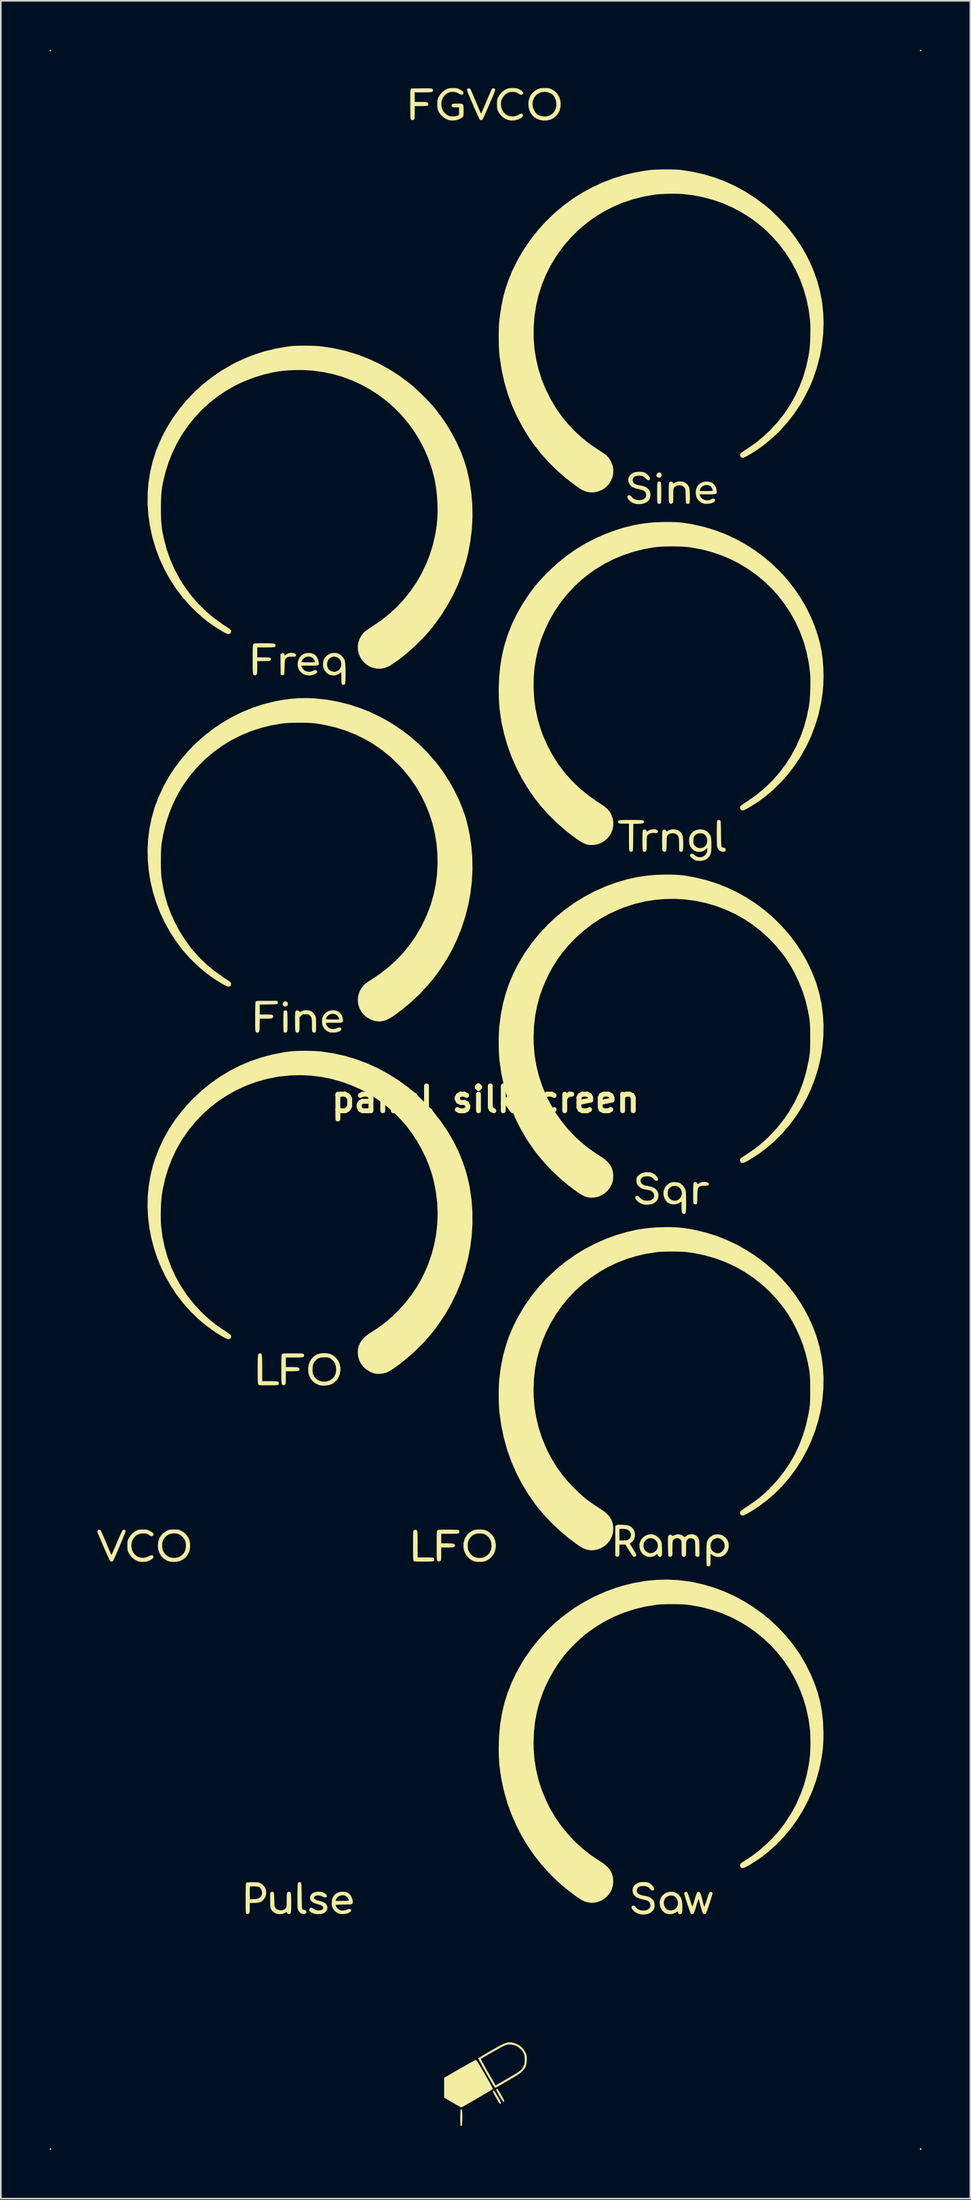
<source format=kicad_pcb>
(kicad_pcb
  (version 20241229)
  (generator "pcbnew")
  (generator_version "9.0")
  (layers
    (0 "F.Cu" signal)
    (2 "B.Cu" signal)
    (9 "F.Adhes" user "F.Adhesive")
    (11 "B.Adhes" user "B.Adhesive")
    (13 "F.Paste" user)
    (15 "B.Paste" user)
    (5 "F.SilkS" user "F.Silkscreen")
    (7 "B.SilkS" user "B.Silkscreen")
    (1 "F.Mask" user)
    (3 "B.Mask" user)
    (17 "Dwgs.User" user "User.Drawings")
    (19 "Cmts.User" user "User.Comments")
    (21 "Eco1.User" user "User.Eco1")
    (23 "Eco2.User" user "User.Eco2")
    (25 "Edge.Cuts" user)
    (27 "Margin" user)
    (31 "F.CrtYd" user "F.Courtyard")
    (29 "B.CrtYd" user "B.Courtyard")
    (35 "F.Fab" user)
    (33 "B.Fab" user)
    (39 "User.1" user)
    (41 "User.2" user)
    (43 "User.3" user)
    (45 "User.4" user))
  (footprint "panel silkscreen"
    (layer "F.Cu")
    (at 26.774 64.416)
    (property "Reference" "panel silkscreen" (at 0 0 0) (layer "F.SilkS") (effects (font (size 1.524 1.524) (thickness 0.3))))
    (attr board_only exclude_from_pos_files exclude_from_bom)
    (fp_poly (pts (xy -26.681 -64.398) (xy -26.673 -64.365) (xy -26.691 -64.323) (xy -26.723 -64.314) (xy -26.766 -64.332) (xy -26.774 -64.365) (xy -26.756 -64.408) (xy -26.723 -64.416)) (stroke (width 0) (type solid)) (fill yes) (layer "F.SilkS"))
    (fp_poly (pts (xy -26.681 64.358) (xy -26.673 64.391) (xy -26.691 64.433) (xy -26.723 64.442) (xy -26.766 64.424) (xy -26.774 64.391) (xy -26.756 64.348) (xy -26.723 64.34)) (stroke (width 0) (type solid)) (fill yes) (layer "F.SilkS"))
    (fp_poly (pts (xy 26.766 -64.398) (xy 26.774 -64.365) (xy 26.756 -64.323) (xy 26.723 -64.314) (xy 26.681 -64.332) (xy 26.673 -64.365) (xy 26.691 -64.408) (xy 26.723 -64.416)) (stroke (width 0) (type solid)) (fill yes) (layer "F.SilkS"))
    (fp_poly (pts (xy 26.766 64.358) (xy 26.774 64.391) (xy 26.756 64.433) (xy 26.723 64.442) (xy 26.681 64.424) (xy 26.673 64.391) (xy 26.691 64.348) (xy 26.723 64.34)) (stroke (width 0) (type solid)) (fill yes) (layer "F.SilkS"))
    (fp_poly (pts (xy -12.207 -6.003) (xy -12.157 -5.945) (xy -12.14 -5.869) (xy -12.161 -5.784) (xy -12.214 -5.726) (xy -12.287 -5.701) (xy -12.365 -5.714) (xy -12.42 -5.752) (xy -12.464 -5.821) (xy -12.46 -5.894) (xy -12.418 -5.965) (xy -12.351 -6.017) (xy -12.276 -6.028)) (stroke (width 0) (type solid)) (fill yes) (layer "F.SilkS"))
    (fp_poly (pts (xy 10.75 -38.453) (xy 10.8 -38.395) (xy 10.817 -38.319) (xy 10.796 -38.234) (xy 10.743 -38.176) (xy 10.67 -38.151) (xy 10.591 -38.164) (xy 10.537 -38.202) (xy 10.492 -38.271) (xy 10.497 -38.344) (xy 10.539 -38.415) (xy 10.606 -38.467) (xy 10.681 -38.478)) (stroke (width 0) (type solid)) (fill yes) (layer "F.SilkS"))
    (fp_poly (pts (xy 0.499 60.807) (xy 0.526 60.831) (xy 0.57 60.891) (xy 0.628 60.978) (xy 0.693 61.083) (xy 0.76 61.197) (xy 0.824 61.311) (xy 0.88 61.416) (xy 0.922 61.503) (xy 0.946 61.562) (xy 0.949 61.583) (xy 0.918 61.614) (xy 0.874 61.605) (xy 0.831 61.559) (xy 0.805 61.517) (xy 0.76 61.44) (xy 0.701 61.339) (xy 0.634 61.223) (xy 0.613 61.187) (xy 0.531 61.041) (xy 0.478 60.933) (xy 0.452 60.86) (xy 0.453 60.819) (xy 0.479 60.805)) (stroke (width 0) (type solid)) (fill yes) (layer "F.SilkS"))
    (fp_poly (pts (xy 0.717 60.707) (xy 0.742 60.733) (xy 0.785 60.795) (xy 0.841 60.883) (xy 0.904 60.988) (xy 0.969 61.1) (xy 1.032 61.211) (xy 1.085 61.311) (xy 1.124 61.39) (xy 1.144 61.439) (xy 1.145 61.447) (xy 1.124 61.483) (xy 1.099 61.489) (xy 1.071 61.474) (xy 1.029 61.425) (xy 0.971 61.339) (xy 0.894 61.213) (xy 0.84 61.119) (xy 0.756 60.969) (xy 0.698 60.858) (xy 0.664 60.781) (xy 0.652 60.736) (xy 0.656 60.721) (xy 0.7 60.704)) (stroke (width 0) (type solid)) (fill yes) (layer "F.SilkS"))
    (fp_poly (pts (xy -1.487 61.96) (xy -1.462 61.974) (xy -1.447 62.011) (xy -1.437 62.086) (xy -1.43 62.192) (xy -1.426 62.318) (xy -1.426 62.456) (xy -1.429 62.595) (xy -1.435 62.725) (xy -1.443 62.839) (xy -1.455 62.926) (xy -1.469 62.976) (xy -1.477 62.985) (xy -1.523 62.982) (xy -1.535 62.975) (xy -1.542 62.943) (xy -1.547 62.87) (xy -1.551 62.766) (xy -1.553 62.641) (xy -1.553 62.504) (xy -1.551 62.364) (xy -1.548 62.231) (xy -1.544 62.115) (xy -1.538 62.025) (xy -1.531 61.971) (xy -1.526 61.96)) (stroke (width 0) (type solid)) (fill yes) (layer "F.SilkS"))
    (fp_poly (pts (xy -12.264 -5.468) (xy -12.207 -5.442) (xy -12.192 -5.423) (xy -12.183 -5.381) (xy -12.176 -5.293) (xy -12.171 -5.164) (xy -12.167 -5) (xy -12.166 -4.805) (xy -12.166 -4.778) (xy -12.166 -4.587) (xy -12.167 -4.441) (xy -12.17 -4.333) (xy -12.174 -4.256) (xy -12.181 -4.204) (xy -12.19 -4.171) (xy -12.203 -4.149) (xy -12.212 -4.14) (xy -12.279 -4.102) (xy -12.35 -4.112) (xy -12.376 -4.125) (xy -12.389 -4.137) (xy -12.4 -4.158) (xy -12.408 -4.196) (xy -12.413 -4.255) (xy -12.417 -4.341) (xy -12.419 -4.462) (xy -12.42 -4.623) (xy -12.42 -4.781) (xy -12.419 -4.997) (xy -12.417 -5.166) (xy -12.412 -5.291) (xy -12.406 -5.377) (xy -12.397 -5.426) (xy -12.389 -5.441) (xy -12.333 -5.469)) (stroke (width 0) (type solid)) (fill yes) (layer "F.SilkS"))
    (fp_poly (pts (xy 10.695 -37.92) (xy 10.727 -37.909) (xy 10.751 -37.885) (xy 10.768 -37.841) (xy 10.779 -37.772) (xy 10.786 -37.672) (xy 10.79 -37.535) (xy 10.791 -37.357) (xy 10.791 -37.235) (xy 10.791 -37.039) (xy 10.789 -36.888) (xy 10.786 -36.776) (xy 10.781 -36.696) (xy 10.774 -36.642) (xy 10.765 -36.608) (xy 10.752 -36.588) (xy 10.751 -36.587) (xy 10.689 -36.554) (xy 10.617 -36.552) (xy 10.567 -36.578) (xy 10.557 -36.605) (xy 10.549 -36.666) (xy 10.543 -36.764) (xy 10.539 -36.903) (xy 10.537 -37.087) (xy 10.537 -37.235) (xy 10.537 -37.439) (xy 10.539 -37.599) (xy 10.543 -37.719) (xy 10.55 -37.805) (xy 10.561 -37.862) (xy 10.578 -37.897) (xy 10.601 -37.915) (xy 10.631 -37.921) (xy 10.654 -37.922)) (stroke (width 0) (type solid)) (fill yes) (layer "F.SilkS"))
    (fp_poly (pts (xy -11.87 -27.405) (xy -11.76 -27.384) (xy -11.681 -27.347) (xy -11.639 -27.297) (xy -11.64 -27.24) (xy -11.668 -27.199) (xy -11.706 -27.178) (xy -11.77 -27.171) (xy -11.868 -27.175) (xy -12.033 -27.174) (xy -12.162 -27.141) (xy -12.261 -27.074) (xy -12.27 -27.064) (xy -12.292 -27.039) (xy -12.308 -27.011) (xy -12.32 -26.972) (xy -12.328 -26.914) (xy -12.334 -26.829) (xy -12.339 -26.71) (xy -12.343 -26.548) (xy -12.344 -26.54) (xy -12.349 -26.376) (xy -12.354 -26.255) (xy -12.36 -26.17) (xy -12.368 -26.114) (xy -12.378 -26.079) (xy -12.393 -26.058) (xy -12.408 -26.047) (xy -12.458 -26.026) (xy -12.512 -26.04) (xy -12.522 -26.044) (xy -12.585 -26.076) (xy -12.592 -26.704) (xy -12.599 -27.333) (xy -12.541 -27.371) (xy -12.466 -27.398) (xy -12.401 -27.382) (xy -12.358 -27.328) (xy -12.352 -27.306) (xy -12.337 -27.233) (xy -12.265 -27.294) (xy -12.133 -27.372) (xy -11.977 -27.406)) (stroke (width 0) (type solid)) (fill yes) (layer "F.SilkS"))
    (fp_poly (pts (xy 14.414 -17.132) (xy 14.426 -17.121) (xy 14.436 -17.084) (xy 14.444 -16.997) (xy 14.45 -16.861) (xy 14.456 -16.678) (xy 14.46 -16.448) (xy 14.461 -16.308) (xy 14.464 -16.065) (xy 14.468 -15.87) (xy 14.473 -15.72) (xy 14.479 -15.61) (xy 14.487 -15.539) (xy 14.496 -15.502) (xy 14.499 -15.497) (xy 14.543 -15.473) (xy 14.613 -15.453) (xy 14.626 -15.451) (xy 14.697 -15.431) (xy 14.736 -15.391) (xy 14.748 -15.363) (xy 14.752 -15.292) (xy 14.717 -15.239) (xy 14.651 -15.206) (xy 14.563 -15.199) (xy 14.464 -15.221) (xy 14.443 -15.23) (xy 14.348 -15.29) (xy 14.276 -15.382) (xy 14.241 -15.455) (xy 14.229 -15.491) (xy 14.22 -15.54) (xy 14.213 -15.608) (xy 14.208 -15.701) (xy 14.205 -15.824) (xy 14.203 -15.984) (xy 14.202 -16.185) (xy 14.202 -16.321) (xy 14.202 -16.559) (xy 14.204 -16.751) (xy 14.207 -16.899) (xy 14.212 -17.006) (xy 14.219 -17.077) (xy 14.228 -17.116) (xy 14.232 -17.123) (xy 14.286 -17.149) (xy 14.355 -17.151)) (stroke (width 0) (type solid)) (fill yes) (layer "F.SilkS"))
    (fp_poly (pts (xy -11.354 48.04) (xy -11.33 48.059) (xy -11.321 48.096) (xy -11.313 48.183) (xy -11.306 48.319) (xy -11.301 48.502) (xy -11.297 48.732) (xy -11.295 48.872) (xy -11.292 49.115) (xy -11.288 49.31) (xy -11.283 49.46) (xy -11.277 49.57) (xy -11.269 49.641) (xy -11.26 49.678) (xy -11.257 49.683) (xy -11.213 49.707) (xy -11.144 49.726) (xy -11.13 49.729) (xy -11.059 49.749) (xy -11.021 49.789) (xy -11.009 49.817) (xy -10.996 49.874) (xy -11.018 49.915) (xy -11.043 49.937) (xy -11.132 49.978) (xy -11.236 49.978) (xy -11.342 49.936) (xy -11.354 49.928) (xy -11.419 49.869) (xy -11.48 49.789) (xy -11.497 49.757) (xy -11.514 49.723) (xy -11.527 49.689) (xy -11.537 49.648) (xy -11.544 49.595) (xy -11.549 49.523) (xy -11.552 49.426) (xy -11.554 49.297) (xy -11.555 49.131) (xy -11.555 48.922) (xy -11.555 48.884) (xy -11.554 48.649) (xy -11.551 48.45) (xy -11.547 48.289) (xy -11.541 48.17) (xy -11.534 48.097) (xy -11.528 48.075) (xy -11.484 48.038) (xy -11.417 48.026)) (stroke (width 0) (type solid)) (fill yes) (layer "F.SilkS"))
    (fp_poly (pts (xy -0.582 58.939) (xy -0.557 58.965) (xy -0.521 59.011) (xy -0.472 59.083) (xy -0.409 59.183) (xy -0.33 59.315) (xy -0.231 59.483) (xy -0.11 59.69) (xy -0.043 59.806) (xy 0.067 59.998) (xy 0.169 60.178) (xy 0.259 60.339) (xy 0.335 60.478) (xy 0.393 60.588) (xy 0.433 60.666) (xy 0.449 60.707) (xy 0.45 60.711) (xy 0.426 60.728) (xy 0.364 60.768) (xy 0.269 60.827) (xy 0.146 60.901) (xy 0.001 60.988) (xy -0.161 61.084) (xy -0.334 61.185) (xy -0.513 61.29) (xy -0.693 61.395) (xy -0.867 61.495) (xy -1.03 61.589) (xy -1.178 61.673) (xy -1.303 61.744) (xy -1.402 61.798) (xy -1.467 61.833) (xy -1.495 61.845) (xy -1.522 61.833) (xy -1.586 61.798) (xy -1.681 61.745) (xy -1.801 61.677) (xy -1.94 61.598) (xy -2.029 61.546) (xy -2.545 61.248) (xy -2.545 60.636) (xy -2.545 60.024) (xy -1.599 59.478) (xy -1.398 59.362) (xy -1.208 59.255) (xy -1.036 59.158) (xy -0.886 59.076) (xy -0.762 59.009) (xy -0.67 58.962) (xy -0.614 58.936) (xy -0.601 58.932)) (stroke (width 0) (type solid)) (fill yes) (layer "F.SilkS"))
    (fp_poly (pts (xy 10.457 -16.567) (xy 10.535 -16.532) (xy 10.58 -16.478) (xy 10.588 -16.44) (xy 10.569 -16.381) (xy 10.511 -16.351) (xy 10.412 -16.349) (xy 10.383 -16.352) (xy 10.234 -16.355) (xy 10.1 -16.325) (xy 9.994 -16.263) (xy 9.963 -16.232) (xy 9.94 -16.203) (xy 9.924 -16.173) (xy 9.912 -16.133) (xy 9.906 -16.076) (xy 9.902 -15.993) (xy 9.901 -15.875) (xy 9.9 -15.732) (xy 9.9 -15.567) (xy 9.896 -15.445) (xy 9.891 -15.359) (xy 9.881 -15.301) (xy 9.868 -15.263) (xy 9.861 -15.251) (xy 9.803 -15.205) (xy 9.734 -15.198) (xy 9.673 -15.23) (xy 9.668 -15.236) (xy 9.657 -15.261) (xy 9.648 -15.306) (xy 9.641 -15.379) (xy 9.637 -15.483) (xy 9.634 -15.626) (xy 9.633 -15.811) (xy 9.633 -15.899) (xy 9.633 -16.1) (xy 9.635 -16.257) (xy 9.638 -16.373) (xy 9.646 -16.457) (xy 9.658 -16.512) (xy 9.676 -16.545) (xy 9.702 -16.561) (xy 9.737 -16.567) (xy 9.78 -16.568) (xy 9.841 -16.553) (xy 9.875 -16.504) (xy 9.9 -16.439) (xy 10.021 -16.51) (xy 10.128 -16.557) (xy 10.243 -16.581) (xy 10.356 -16.585)) (stroke (width 0) (type solid)) (fill yes) (layer "F.SilkS"))
    (fp_poly (pts (xy 13.547 5.063) (xy 13.643 5.093) (xy 13.702 5.14) (xy 13.718 5.189) (xy 13.707 5.238) (xy 13.668 5.268) (xy 13.594 5.284) (xy 13.479 5.288) (xy 13.463 5.287) (xy 13.33 5.291) (xy 13.231 5.31) (xy 13.174 5.332) (xy 13.118 5.364) (xy 13.075 5.403) (xy 13.045 5.457) (xy 13.025 5.533) (xy 13.013 5.638) (xy 13.007 5.779) (xy 13.005 5.962) (xy 13.004 6.141) (xy 12.999 6.272) (xy 12.991 6.359) (xy 12.979 6.403) (xy 12.975 6.409) (xy 12.916 6.436) (xy 12.844 6.43) (xy 12.791 6.399) (xy 12.778 6.38) (xy 12.768 6.347) (xy 12.761 6.294) (xy 12.756 6.215) (xy 12.753 6.104) (xy 12.751 5.955) (xy 12.751 5.761) (xy 12.752 5.562) (xy 12.755 5.393) (xy 12.761 5.259) (xy 12.767 5.165) (xy 12.776 5.117) (xy 12.777 5.114) (xy 12.824 5.072) (xy 12.887 5.063) (xy 12.95 5.083) (xy 12.994 5.127) (xy 13.005 5.171) (xy 13.011 5.192) (xy 13.035 5.191) (xy 13.087 5.164) (xy 13.134 5.136) (xy 13.222 5.087) (xy 13.303 5.062) (xy 13.403 5.054) (xy 13.421 5.054)) (stroke (width 0) (type solid)) (fill yes) (layer "F.SilkS"))
    (fp_poly (pts (xy 9.154 -17.154) (xy 9.33 -17.152) (xy 9.465 -17.149) (xy 9.564 -17.144) (xy 9.635 -17.135) (xy 9.68 -17.122) (xy 9.706 -17.104) (xy 9.719 -17.08) (xy 9.722 -17.05) (xy 9.722 -17.037) (xy 9.715 -16.993) (xy 9.69 -16.962) (xy 9.639 -16.941) (xy 9.556 -16.929) (xy 9.431 -16.921) (xy 9.364 -16.919) (xy 9.073 -16.912) (xy 9.067 -16.085) (xy 9.065 -15.856) (xy 9.062 -15.672) (xy 9.06 -15.529) (xy 9.056 -15.421) (xy 9.051 -15.343) (xy 9.045 -15.29) (xy 9.037 -15.256) (xy 9.027 -15.235) (xy 9.017 -15.226) (xy 8.944 -15.196) (xy 8.875 -15.216) (xy 8.848 -15.241) (xy 8.836 -15.258) (xy 8.827 -15.286) (xy 8.82 -15.329) (xy 8.814 -15.392) (xy 8.811 -15.482) (xy 8.808 -15.603) (xy 8.807 -15.761) (xy 8.806 -15.962) (xy 8.806 -16.106) (xy 8.806 -16.925) (xy 8.506 -16.925) (xy 8.362 -16.927) (xy 8.262 -16.934) (xy 8.197 -16.948) (xy 8.161 -16.972) (xy 8.146 -17.009) (xy 8.144 -17.039) (xy 8.146 -17.071) (xy 8.155 -17.097) (xy 8.175 -17.117) (xy 8.214 -17.131) (xy 8.275 -17.141) (xy 8.364 -17.148) (xy 8.486 -17.152) (xy 8.647 -17.153) (xy 8.852 -17.154) (xy 8.933 -17.154)) (stroke (width 0) (type solid)) (fill yes) (layer "F.SilkS"))
    (fp_poly (pts (xy -13.821 15.578) (xy -13.791 15.588) (xy -13.768 15.61) (xy -13.75 15.65) (xy -13.737 15.712) (xy -13.728 15.802) (xy -13.723 15.923) (xy -13.72 16.082) (xy -13.718 16.283) (xy -13.718 16.485) (xy -13.718 17.281) (xy -13.24 17.281) (xy -13.061 17.282) (xy -12.926 17.285) (xy -12.83 17.291) (xy -12.766 17.303) (xy -12.727 17.321) (xy -12.708 17.347) (xy -12.701 17.383) (xy -12.7 17.408) (xy -12.702 17.448) (xy -12.711 17.478) (xy -12.734 17.5) (xy -12.777 17.516) (xy -12.844 17.526) (xy -12.943 17.532) (xy -13.078 17.535) (xy -13.256 17.536) (xy -13.34 17.536) (xy -13.526 17.536) (xy -13.668 17.535) (xy -13.772 17.533) (xy -13.845 17.529) (xy -13.893 17.522) (xy -13.923 17.512) (xy -13.942 17.499) (xy -13.957 17.482) (xy -13.958 17.479) (xy -13.969 17.458) (xy -13.978 17.424) (xy -13.985 17.373) (xy -13.99 17.3) (xy -13.994 17.199) (xy -13.996 17.065) (xy -13.997 16.894) (xy -13.998 16.679) (xy -13.998 16.556) (xy -13.998 16.307) (xy -13.996 16.104) (xy -13.994 15.942) (xy -13.988 15.818) (xy -13.98 15.725) (xy -13.968 15.659) (xy -13.952 15.617) (xy -13.931 15.592) (xy -13.904 15.58) (xy -13.87 15.576) (xy -13.858 15.576)) (stroke (width 0) (type solid)) (fill yes) (layer "F.SilkS"))
    (fp_poly (pts (xy -4.265 26.405) (xy -4.214 26.449) (xy -4.202 26.471) (xy -4.193 26.506) (xy -4.186 26.559) (xy -4.181 26.635) (xy -4.178 26.74) (xy -4.175 26.879) (xy -4.174 27.057) (xy -4.174 27.281) (xy -4.174 27.302) (xy -4.174 28.098) (xy -3.695 28.098) (xy -3.517 28.098) (xy -3.382 28.101) (xy -3.286 28.108) (xy -3.222 28.119) (xy -3.183 28.137) (xy -3.163 28.164) (xy -3.157 28.2) (xy -3.156 28.225) (xy -3.158 28.264) (xy -3.167 28.294) (xy -3.19 28.317) (xy -3.233 28.333) (xy -3.301 28.343) (xy -3.399 28.349) (xy -3.535 28.351) (xy -3.714 28.352) (xy -3.793 28.352) (xy -3.981 28.352) (xy -4.123 28.351) (xy -4.229 28.348) (xy -4.303 28.344) (xy -4.352 28.336) (xy -4.384 28.327) (xy -4.404 28.313) (xy -4.412 28.306) (xy -4.423 28.289) (xy -4.432 28.262) (xy -4.439 28.221) (xy -4.445 28.16) (xy -4.449 28.073) (xy -4.451 27.957) (xy -4.453 27.805) (xy -4.454 27.612) (xy -4.454 27.374) (xy -4.454 27.368) (xy -4.454 27.131) (xy -4.453 26.939) (xy -4.452 26.788) (xy -4.449 26.672) (xy -4.446 26.586) (xy -4.441 26.525) (xy -4.434 26.485) (xy -4.425 26.458) (xy -4.414 26.441) (xy -4.407 26.435) (xy -4.336 26.397)) (stroke (width 0) (type solid)) (fill yes) (layer "F.SilkS"))
    (fp_poly (pts (xy 11.482 48.617) (xy 11.648 48.661) (xy 11.8 48.746) (xy 11.878 48.815) (xy 11.958 48.915) (xy 12.017 49.032) (xy 12.057 49.174) (xy 12.08 49.349) (xy 12.089 49.565) (xy 12.089 49.596) (xy 12.085 49.754) (xy 12.069 49.867) (xy 12.041 49.94) (xy 11.997 49.976) (xy 11.934 49.982) (xy 11.897 49.975) (xy 11.842 49.942) (xy 11.818 49.882) (xy 11.804 49.831) (xy 11.784 49.822) (xy 11.749 49.845) (xy 11.584 49.939) (xy 11.416 49.986) (xy 11.237 49.985) (xy 11.215 49.982) (xy 11.061 49.936) (xy 10.931 49.85) (xy 10.826 49.734) (xy 10.75 49.595) (xy 10.704 49.44) (xy 10.694 49.3) (xy 10.944 49.3) (xy 10.967 49.446) (xy 11.027 49.576) (xy 11.12 49.678) (xy 11.224 49.738) (xy 11.319 49.756) (xy 11.433 49.753) (xy 11.54 49.73) (xy 11.606 49.699) (xy 11.722 49.593) (xy 11.793 49.465) (xy 11.817 49.317) (xy 11.797 49.166) (xy 11.742 49.033) (xy 11.659 48.936) (xy 11.557 48.873) (xy 11.442 48.844) (xy 11.324 48.846) (xy 11.209 48.879) (xy 11.106 48.941) (xy 11.023 49.031) (xy 10.966 49.149) (xy 10.944 49.291) (xy 10.944 49.3) (xy 10.694 49.3) (xy 10.692 49.278) (xy 10.715 49.115) (xy 10.777 48.96) (xy 10.854 48.848) (xy 10.987 48.73) (xy 11.141 48.652) (xy 11.31 48.614)) (stroke (width 0) (type solid)) (fill yes) (layer "F.SilkS"))
    (fp_poly (pts (xy -12.771 -5.992) (xy -12.754 -5.924) (xy -12.768 -5.884) (xy -12.782 -5.869) (xy -12.809 -5.858) (xy -12.855 -5.85) (xy -12.927 -5.844) (xy -13.031 -5.84) (xy -13.173 -5.836) (xy -13.333 -5.834) (xy -13.871 -5.827) (xy -13.871 -5.217) (xy -13.493 -5.217) (xy -13.344 -5.217) (xy -13.238 -5.214) (xy -13.166 -5.209) (xy -13.119 -5.2) (xy -13.09 -5.186) (xy -13.073 -5.171) (xy -13.036 -5.113) (xy -13.044 -5.061) (xy -13.082 -5.014) (xy -13.106 -4.994) (xy -13.138 -4.98) (xy -13.186 -4.971) (xy -13.26 -4.966) (xy -13.368 -4.963) (xy -13.5 -4.963) (xy -13.867 -4.963) (xy -13.875 -4.566) (xy -13.879 -4.414) (xy -13.883 -4.305) (xy -13.89 -4.231) (xy -13.899 -4.183) (xy -13.912 -4.154) (xy -13.931 -4.135) (xy -13.933 -4.134) (xy -14.009 -4.1) (xy -14.077 -4.117) (xy -14.109 -4.144) (xy -14.12 -4.161) (xy -14.129 -4.188) (xy -14.136 -4.229) (xy -14.142 -4.291) (xy -14.146 -4.377) (xy -14.148 -4.494) (xy -14.15 -4.647) (xy -14.15 -4.84) (xy -14.151 -5.075) (xy -14.15 -5.335) (xy -14.148 -5.556) (xy -14.144 -5.736) (xy -14.139 -5.873) (xy -14.132 -5.964) (xy -14.125 -6.007) (xy -14.124 -6.008) (xy -14.114 -6.023) (xy -14.096 -6.035) (xy -14.066 -6.043) (xy -14.017 -6.05) (xy -13.942 -6.054) (xy -13.837 -6.056) (xy -13.694 -6.057) (xy -13.508 -6.057) (xy -13.449 -6.057) (xy -12.801 -6.057)) (stroke (width 0) (type solid)) (fill yes) (layer "F.SilkS"))
    (fp_poly (pts (xy -3.538 -62.044) (xy -3.409 -62.04) (xy -3.323 -62.034) (xy -3.276 -62.026) (xy -3.267 -62.021) (xy -3.242 -61.976) (xy -3.232 -61.918) (xy -3.246 -61.856) (xy -3.294 -61.821) (xy -3.298 -61.82) (xy -3.343 -61.812) (xy -3.43 -61.805) (xy -3.549 -61.8) (xy -3.693 -61.796) (xy -3.85 -61.795) (xy -3.857 -61.795) (xy -4.352 -61.795) (xy -4.352 -61.209) (xy -3.972 -61.209) (xy -3.819 -61.209) (xy -3.709 -61.205) (xy -3.634 -61.199) (xy -3.586 -61.189) (xy -3.558 -61.174) (xy -3.552 -61.169) (xy -3.518 -61.108) (xy -3.518 -61.041) (xy -3.55 -60.989) (xy -3.561 -60.981) (xy -3.604 -60.972) (xy -3.688 -60.964) (xy -3.802 -60.958) (xy -3.936 -60.955) (xy -3.981 -60.955) (xy -4.352 -60.955) (xy -4.352 -60.564) (xy -4.353 -60.413) (xy -4.355 -60.304) (xy -4.36 -60.23) (xy -4.369 -60.181) (xy -4.382 -60.151) (xy -4.399 -60.132) (xy -4.466 -60.093) (xy -4.535 -60.104) (xy -4.57 -60.126) (xy -4.583 -60.138) (xy -4.594 -60.155) (xy -4.602 -60.184) (xy -4.609 -60.229) (xy -4.614 -60.296) (xy -4.618 -60.389) (xy -4.621 -60.514) (xy -4.623 -60.676) (xy -4.625 -60.881) (xy -4.626 -61.036) (xy -4.627 -61.286) (xy -4.627 -61.49) (xy -4.626 -61.652) (xy -4.623 -61.776) (xy -4.618 -61.866) (xy -4.612 -61.928) (xy -4.603 -61.965) (xy -4.6 -61.973) (xy -4.567 -62.037) (xy -3.935 -62.043) (xy -3.712 -62.045)) (stroke (width 0) (type solid)) (fill yes) (layer "F.SilkS"))
    (fp_poly (pts (xy -23.646 26.429) (xy -23.627 26.461) (xy -23.591 26.534) (xy -23.541 26.642) (xy -23.48 26.779) (xy -23.411 26.94) (xy -23.337 27.117) (xy -23.3 27.205) (xy -23.225 27.386) (xy -23.155 27.551) (xy -23.094 27.695) (xy -23.044 27.811) (xy -23.006 27.894) (xy -22.984 27.939) (xy -22.98 27.945) (xy -22.967 27.922) (xy -22.936 27.858) (xy -22.891 27.759) (xy -22.833 27.628) (xy -22.765 27.473) (xy -22.69 27.299) (xy -22.641 27.183) (xy -22.543 26.954) (xy -22.462 26.769) (xy -22.397 26.626) (xy -22.345 26.521) (xy -22.307 26.451) (xy -22.28 26.414) (xy -22.268 26.405) (xy -22.193 26.4) (xy -22.131 26.429) (xy -22.104 26.468) (xy -22.112 26.499) (xy -22.136 26.57) (xy -22.177 26.676) (xy -22.229 26.809) (xy -22.292 26.964) (xy -22.362 27.134) (xy -22.437 27.313) (xy -22.514 27.495) (xy -22.591 27.674) (xy -22.664 27.843) (xy -22.731 27.996) (xy -22.79 28.126) (xy -22.838 28.229) (xy -22.872 28.297) (xy -22.886 28.32) (xy -22.938 28.349) (xy -23.004 28.345) (xy -23.061 28.31) (xy -23.063 28.308) (xy -23.084 28.273) (xy -23.121 28.198) (xy -23.171 28.089) (xy -23.233 27.954) (xy -23.303 27.797) (xy -23.378 27.627) (xy -23.457 27.448) (xy -23.535 27.268) (xy -23.61 27.093) (xy -23.679 26.929) (xy -23.74 26.783) (xy -23.79 26.66) (xy -23.826 26.569) (xy -23.845 26.514) (xy -23.847 26.503) (xy -23.827 26.438) (xy -23.776 26.4) (xy -23.71 26.396)) (stroke (width 0) (type solid)) (fill yes) (layer "F.SilkS"))
    (fp_poly (pts (xy 3.757 -62.061) (xy 3.85 -62.055) (xy 3.922 -62.043) (xy 3.987 -62.022) (xy 4.051 -61.994) (xy 4.237 -61.881) (xy 4.389 -61.732) (xy 4.504 -61.554) (xy 4.58 -61.352) (xy 4.613 -61.132) (xy 4.603 -60.906) (xy 4.55 -60.691) (xy 4.457 -60.503) (xy 4.328 -60.344) (xy 4.169 -60.218) (xy 3.986 -60.127) (xy 3.783 -60.076) (xy 3.566 -60.067) (xy 3.339 -60.104) (xy 3.335 -60.105) (xy 3.148 -60.175) (xy 2.987 -60.28) (xy 2.868 -60.396) (xy 2.751 -60.562) (xy 2.672 -60.754) (xy 2.632 -60.963) (xy 2.631 -61.154) (xy 2.886 -61.154) (xy 2.888 -60.992) (xy 2.927 -60.825) (xy 2.995 -60.667) (xy 3.088 -60.532) (xy 3.18 -60.447) (xy 3.328 -60.37) (xy 3.498 -60.327) (xy 3.677 -60.319) (xy 3.847 -60.347) (xy 3.932 -60.379) (xy 4.094 -60.48) (xy 4.217 -60.614) (xy 4.301 -60.778) (xy 4.343 -60.967) (xy 4.347 -61.13) (xy 4.313 -61.331) (xy 4.241 -61.503) (xy 4.133 -61.642) (xy 3.992 -61.744) (xy 3.823 -61.807) (xy 3.631 -61.828) (xy 3.431 -61.805) (xy 3.257 -61.739) (xy 3.111 -61.634) (xy 2.998 -61.492) (xy 2.92 -61.317) (xy 2.886 -61.154) (xy 2.631 -61.154) (xy 2.631 -61.18) (xy 2.671 -61.394) (xy 2.746 -61.586) (xy 2.841 -61.724) (xy 2.973 -61.852) (xy 3.13 -61.958) (xy 3.177 -61.982) (xy 3.257 -62.018) (xy 3.323 -62.041) (xy 3.391 -62.054) (xy 3.476 -62.06) (xy 3.594 -62.062) (xy 3.627 -62.062)) (stroke (width 0) (type solid)) (fill yes) (layer "F.SilkS"))
    (fp_poly (pts (xy -11.633 15.576) (xy -11.473 15.578) (xy -11.353 15.582) (xy -11.266 15.589) (xy -11.208 15.6) (xy -11.173 15.617) (xy -11.155 15.64) (xy -11.148 15.669) (xy -11.147 15.694) (xy -11.15 15.737) (xy -11.163 15.77) (xy -11.192 15.794) (xy -11.242 15.811) (xy -11.321 15.822) (xy -11.433 15.828) (xy -11.585 15.83) (xy -11.747 15.83) (xy -12.267 15.83) (xy -12.267 16.416) (xy -11.904 16.416) (xy -11.733 16.418) (xy -11.606 16.426) (xy -11.518 16.441) (xy -11.463 16.466) (xy -11.435 16.5) (xy -11.427 16.543) (xy -11.433 16.588) (xy -11.453 16.622) (xy -11.495 16.645) (xy -11.566 16.66) (xy -11.671 16.667) (xy -11.818 16.67) (xy -11.887 16.67) (xy -12.267 16.67) (xy -12.267 17.061) (xy -12.268 17.212) (xy -12.27 17.321) (xy -12.275 17.396) (xy -12.284 17.444) (xy -12.297 17.474) (xy -12.314 17.494) (xy -12.385 17.531) (xy -12.456 17.523) (xy -12.508 17.479) (xy -12.519 17.458) (xy -12.527 17.424) (xy -12.534 17.373) (xy -12.539 17.3) (xy -12.543 17.199) (xy -12.545 17.065) (xy -12.547 16.894) (xy -12.547 16.679) (xy -12.547 16.556) (xy -12.547 16.318) (xy -12.546 16.126) (xy -12.544 15.974) (xy -12.541 15.857) (xy -12.537 15.771) (xy -12.531 15.71) (xy -12.523 15.669) (xy -12.513 15.642) (xy -12.508 15.633) (xy -12.494 15.615) (xy -12.477 15.602) (xy -12.449 15.592) (xy -12.406 15.585) (xy -12.34 15.58) (xy -12.245 15.578) (xy -12.114 15.576) (xy -11.943 15.576) (xy -11.838 15.576)) (stroke (width 0) (type solid)) (fill yes) (layer "F.SilkS"))
    (fp_poly (pts (xy 1.792 -62.06) (xy 1.881 -62.054) (xy 1.948 -62.039) (xy 2.009 -62.016) (xy 2.036 -62.002) (xy 2.174 -61.922) (xy 2.264 -61.851) (xy 2.308 -61.788) (xy 2.308 -61.729) (xy 2.276 -61.682) (xy 2.218 -61.647) (xy 2.148 -61.653) (xy 2.059 -61.699) (xy 2.034 -61.717) (xy 1.886 -61.794) (xy 1.717 -61.83) (xy 1.541 -61.823) (xy 1.53 -61.821) (xy 1.386 -61.779) (xy 1.263 -61.709) (xy 1.145 -61.6) (xy 1.122 -61.575) (xy 1.021 -61.425) (xy 0.961 -61.257) (xy 0.941 -61.082) (xy 0.959 -60.906) (xy 1.013 -60.739) (xy 1.102 -60.589) (xy 1.224 -60.463) (xy 1.377 -60.371) (xy 1.379 -60.37) (xy 1.544 -60.325) (xy 1.72 -60.322) (xy 1.891 -60.359) (xy 2.012 -60.417) (xy 2.127 -60.477) (xy 2.213 -60.495) (xy 2.269 -60.472) (xy 2.288 -60.44) (xy 2.3 -60.371) (xy 2.278 -60.312) (xy 2.214 -60.252) (xy 2.167 -60.22) (xy 1.973 -60.126) (xy 1.764 -60.076) (xy 1.551 -60.072) (xy 1.398 -60.099) (xy 1.211 -60.175) (xy 1.039 -60.293) (xy 0.891 -60.446) (xy 0.777 -60.626) (xy 0.768 -60.645) (xy 0.737 -60.716) (xy 0.717 -60.781) (xy 0.706 -60.854) (xy 0.701 -60.95) (xy 0.7 -61.069) (xy 0.701 -61.199) (xy 0.707 -61.292) (xy 0.718 -61.364) (xy 0.739 -61.429) (xy 0.769 -61.496) (xy 0.87 -61.664) (xy 1.005 -61.815) (xy 1.16 -61.937) (xy 1.254 -61.989) (xy 1.335 -62.024) (xy 1.406 -62.045) (xy 1.483 -62.057) (xy 1.584 -62.061) (xy 1.667 -62.062)) (stroke (width 0) (type solid)) (fill yes) (layer "F.SilkS"))
    (fp_poly (pts (xy -14.171 48.027) (xy -14.064 48.03) (xy -13.986 48.038) (xy -13.925 48.05) (xy -13.87 48.069) (xy -13.831 48.086) (xy -13.688 48.178) (xy -13.58 48.3) (xy -13.508 48.443) (xy -13.473 48.599) (xy -13.477 48.759) (xy -13.519 48.914) (xy -13.602 49.057) (xy -13.692 49.152) (xy -13.778 49.215) (xy -13.871 49.258) (xy -13.982 49.284) (xy -14.123 49.296) (xy -14.236 49.298) (xy -14.482 49.298) (xy -14.482 49.6) (xy -14.483 49.732) (xy -14.486 49.822) (xy -14.494 49.882) (xy -14.508 49.919) (xy -14.528 49.943) (xy -14.528 49.943) (xy -14.595 49.981) (xy -14.667 49.971) (xy -14.692 49.958) (xy -14.703 49.948) (xy -14.713 49.93) (xy -14.72 49.899) (xy -14.726 49.849) (xy -14.73 49.777) (xy -14.733 49.676) (xy -14.735 49.543) (xy -14.736 49.371) (xy -14.736 49.156) (xy -14.736 49.01) (xy -14.736 48.749) (xy -14.734 48.535) (xy -14.731 48.366) (xy -14.729 48.28) (xy -14.482 48.28) (xy -14.482 49.069) (xy -14.31 49.069) (xy -14.199 49.064) (xy -14.09 49.053) (xy -14.023 49.042) (xy -13.896 48.99) (xy -13.802 48.905) (xy -13.745 48.794) (xy -13.728 48.666) (xy -13.754 48.526) (xy -13.786 48.451) (xy -13.836 48.378) (xy -13.906 48.327) (xy -14.003 48.297) (xy -14.136 48.283) (xy -14.233 48.28) (xy -14.482 48.28) (xy -14.729 48.28) (xy -14.728 48.237) (xy -14.722 48.145) (xy -14.716 48.087) (xy -14.707 48.058) (xy -14.706 48.056) (xy -14.667 48.042) (xy -14.585 48.033) (xy -14.455 48.027) (xy -14.317 48.026)) (stroke (width 0) (type solid)) (fill yes) (layer "F.SilkS"))
    (fp_poly (pts (xy -10.695 -27.383) (xy -10.547 -27.327) (xy -10.424 -27.236) (xy -10.417 -27.228) (xy -10.353 -27.137) (xy -10.297 -27.014) (xy -10.257 -26.881) (xy -10.246 -26.822) (xy -10.238 -26.758) (xy -10.24 -26.71) (xy -10.256 -26.674) (xy -10.294 -26.65) (xy -10.358 -26.635) (xy -10.454 -26.626) (xy -10.588 -26.622) (xy -10.767 -26.622) (xy -10.808 -26.622) (xy -11.306 -26.622) (xy -11.289 -26.553) (xy -11.233 -26.433) (xy -11.135 -26.335) (xy -11.063 -26.293) (xy -10.912 -26.247) (xy -10.755 -26.251) (xy -10.59 -26.304) (xy -10.511 -26.339) (xy -10.462 -26.353) (xy -10.426 -26.347) (xy -10.393 -26.329) (xy -10.343 -26.277) (xy -10.342 -26.221) (xy -10.391 -26.162) (xy -10.489 -26.101) (xy -10.535 -26.08) (xy -10.699 -26.031) (xy -10.877 -26.019) (xy -11.049 -26.044) (xy -11.092 -26.058) (xy -11.229 -26.128) (xy -11.353 -26.231) (xy -11.452 -26.354) (xy -11.497 -26.442) (xy -11.538 -26.61) (xy -11.539 -26.785) (xy -11.524 -26.854) (xy -11.3 -26.854) (xy -11.28 -26.842) (xy -11.216 -26.833) (xy -11.108 -26.828) (xy -10.952 -26.825) (xy -10.89 -26.825) (xy -10.48 -26.825) (xy -10.497 -26.895) (xy -10.551 -27.015) (xy -10.638 -27.106) (xy -10.75 -27.164) (xy -10.878 -27.185) (xy -11.01 -27.165) (xy -11.096 -27.128) (xy -11.163 -27.076) (xy -11.227 -27.003) (xy -11.277 -26.926) (xy -11.3 -26.861) (xy -11.3 -26.854) (xy -11.524 -26.854) (xy -11.502 -26.956) (xy -11.431 -27.111) (xy -11.328 -27.237) (xy -11.316 -27.247) (xy -11.178 -27.336) (xy -11.022 -27.388) (xy -10.857 -27.404)) (stroke (width 0) (type solid)) (fill yes) (layer "F.SilkS"))
    (fp_poly (pts (xy -2.106 26.394) (xy -1.935 26.397) (xy -1.8 26.402) (xy -1.706 26.409) (xy -1.656 26.417) (xy -1.653 26.419) (xy -1.613 26.465) (xy -1.606 26.531) (xy -1.633 26.595) (xy -1.643 26.607) (xy -1.664 26.621) (xy -1.699 26.631) (xy -1.756 26.639) (xy -1.84 26.643) (xy -1.959 26.646) (xy -2.119 26.647) (xy -2.203 26.647) (xy -2.723 26.647) (xy -2.723 27.232) (xy -2.36 27.232) (xy -2.188 27.235) (xy -2.062 27.243) (xy -1.974 27.258) (xy -1.919 27.282) (xy -1.891 27.317) (xy -1.883 27.359) (xy -1.889 27.405) (xy -1.909 27.439) (xy -1.951 27.462) (xy -2.022 27.476) (xy -2.127 27.484) (xy -2.274 27.487) (xy -2.343 27.487) (xy -2.723 27.487) (xy -2.723 27.878) (xy -2.724 28.029) (xy -2.726 28.138) (xy -2.731 28.212) (xy -2.74 28.261) (xy -2.753 28.291) (xy -2.77 28.31) (xy -2.843 28.348) (xy -2.916 28.339) (xy -2.961 28.306) (xy -2.972 28.289) (xy -2.981 28.262) (xy -2.989 28.221) (xy -2.994 28.16) (xy -2.998 28.073) (xy -3.001 27.957) (xy -3.002 27.805) (xy -3.003 27.612) (xy -3.003 27.374) (xy -3.003 27.368) (xy -3.003 27.131) (xy -3.002 26.939) (xy -3.001 26.788) (xy -2.999 26.672) (xy -2.995 26.586) (xy -2.99 26.525) (xy -2.983 26.485) (xy -2.974 26.458) (xy -2.963 26.441) (xy -2.957 26.435) (xy -2.936 26.421) (xy -2.905 26.411) (xy -2.855 26.403) (xy -2.782 26.398) (xy -2.678 26.395) (xy -2.537 26.393) (xy -2.354 26.393) (xy -2.306 26.393)) (stroke (width 0) (type solid)) (fill yes) (layer "F.SilkS"))
    (fp_poly (pts (xy 10.31 26.697) (xy 10.47 26.765) (xy 10.613 26.871) (xy 10.727 27.008) (xy 10.759 27.064) (xy 10.786 27.118) (xy 10.805 27.169) (xy 10.818 27.228) (xy 10.826 27.305) (xy 10.832 27.411) (xy 10.837 27.556) (xy 10.837 27.58) (xy 10.841 27.728) (xy 10.842 27.835) (xy 10.839 27.907) (xy 10.832 27.955) (xy 10.82 27.987) (xy 10.802 28.011) (xy 10.794 28.019) (xy 10.743 28.058) (xy 10.702 28.072) (xy 10.648 28.051) (xy 10.597 28.001) (xy 10.565 27.941) (xy 10.562 27.918) (xy 10.559 27.89) (xy 10.542 27.887) (xy 10.502 27.913) (xy 10.467 27.941) (xy 10.314 28.03) (xy 10.151 28.07) (xy 9.982 28.061) (xy 9.837 28.013) (xy 9.686 27.916) (xy 9.569 27.786) (xy 9.49 27.631) (xy 9.451 27.458) (xy 9.455 27.304) (xy 9.707 27.304) (xy 9.707 27.456) (xy 9.751 27.594) (xy 9.836 27.709) (xy 9.955 27.792) (xy 9.962 27.795) (xy 10.088 27.836) (xy 10.205 27.833) (xy 10.33 27.788) (xy 10.334 27.786) (xy 10.45 27.701) (xy 10.531 27.589) (xy 10.575 27.459) (xy 10.58 27.321) (xy 10.545 27.187) (xy 10.468 27.065) (xy 10.447 27.042) (xy 10.33 26.956) (xy 10.203 26.915) (xy 10.074 26.915) (xy 9.953 26.953) (xy 9.846 27.028) (xy 9.764 27.135) (xy 9.713 27.272) (xy 9.707 27.304) (xy 9.455 27.304) (xy 9.456 27.275) (xy 9.479 27.17) (xy 9.549 27.016) (xy 9.658 26.882) (xy 9.797 26.775) (xy 9.954 26.703) (xy 10.121 26.673) (xy 10.142 26.673)) (stroke (width 0) (type solid)) (fill yes) (layer "F.SilkS"))
    (fp_poly (pts (xy -10.118 48.617) (xy -9.991 48.651) (xy -9.883 48.704) (xy -9.802 48.769) (xy -9.757 48.841) (xy -9.752 48.895) (xy -9.78 48.946) (xy -9.839 48.963) (xy -9.923 48.947) (xy -10.008 48.908) (xy -10.12 48.859) (xy -10.241 48.836) (xy -10.355 48.837) (xy -10.448 48.864) (xy -10.486 48.891) (xy -10.531 48.956) (xy -10.53 49.015) (xy -10.48 49.069) (xy -10.382 49.118) (xy -10.234 49.164) (xy -10.217 49.169) (xy -10.052 49.215) (xy -9.93 49.264) (xy -9.842 49.318) (xy -9.779 49.384) (xy -9.747 49.44) (xy -9.712 49.565) (xy -9.724 49.686) (xy -9.782 49.797) (xy -9.881 49.89) (xy -9.964 49.937) (xy -10.05 49.963) (xy -10.168 49.979) (xy -10.297 49.984) (xy -10.419 49.979) (xy -10.511 49.962) (xy -10.595 49.93) (xy -10.685 49.885) (xy -10.764 49.838) (xy -10.813 49.799) (xy -10.815 49.797) (xy -10.836 49.736) (xy -10.821 49.668) (xy -10.775 49.612) (xy -10.753 49.599) (xy -10.699 49.585) (xy -10.647 49.604) (xy -10.624 49.619) (xy -10.508 49.695) (xy -10.407 49.738) (xy -10.305 49.755) (xy -10.262 49.756) (xy -10.15 49.746) (xy -10.058 49.718) (xy -9.995 49.678) (xy -9.974 49.635) (xy -9.977 49.562) (xy -10.002 49.506) (xy -10.056 49.461) (xy -10.145 49.421) (xy -10.276 49.383) (xy -10.314 49.373) (xy -10.497 49.316) (xy -10.633 49.247) (xy -10.723 49.163) (xy -10.765 49.084) (xy -10.783 48.96) (xy -10.756 48.847) (xy -10.687 48.751) (xy -10.581 48.676) (xy -10.444 48.626) (xy -10.279 48.605) (xy -10.256 48.604)) (stroke (width 0) (type solid)) (fill yes) (layer "F.SilkS"))
    (fp_poly (pts (xy 13.753 -37.904) (xy 13.899 -37.85) (xy 14.02 -37.756) (xy 14.05 -37.722) (xy 14.119 -37.611) (xy 14.172 -37.474) (xy 14.2 -37.337) (xy 14.202 -37.295) (xy 14.199 -37.243) (xy 14.189 -37.203) (xy 14.163 -37.174) (xy 14.116 -37.155) (xy 14.043 -37.143) (xy 13.936 -37.136) (xy 13.79 -37.133) (xy 13.627 -37.133) (xy 13.132 -37.133) (xy 13.171 -37.037) (xy 13.243 -36.922) (xy 13.348 -36.836) (xy 13.475 -36.782) (xy 13.613 -36.762) (xy 13.751 -36.781) (xy 13.878 -36.84) (xy 13.882 -36.843) (xy 13.957 -36.874) (xy 14.03 -36.87) (xy 14.073 -36.842) (xy 14.101 -36.779) (xy 14.083 -36.717) (xy 14.025 -36.66) (xy 13.934 -36.611) (xy 13.814 -36.575) (xy 13.671 -36.555) (xy 13.63 -36.553) (xy 13.515 -36.551) (xy 13.432 -36.559) (xy 13.36 -36.579) (xy 13.298 -36.606) (xy 13.138 -36.706) (xy 13.02 -36.833) (xy 12.944 -36.988) (xy 12.909 -37.174) (xy 12.908 -37.188) (xy 12.916 -37.336) (xy 13.152 -37.336) (xy 13.548 -37.336) (xy 13.685 -37.338) (xy 13.803 -37.341) (xy 13.893 -37.346) (xy 13.946 -37.353) (xy 13.957 -37.357) (xy 13.955 -37.394) (xy 13.932 -37.457) (xy 13.896 -37.528) (xy 13.854 -37.593) (xy 13.825 -37.625) (xy 13.725 -37.684) (xy 13.607 -37.705) (xy 13.484 -37.693) (xy 13.366 -37.652) (xy 13.266 -37.584) (xy 13.195 -37.493) (xy 13.168 -37.418) (xy 13.152 -37.336) (xy 12.916 -37.336) (xy 12.918 -37.385) (xy 12.969 -37.557) (xy 13.059 -37.7) (xy 13.183 -37.811) (xy 13.338 -37.886) (xy 13.52 -37.92) (xy 13.575 -37.922)) (stroke (width 0) (type solid)) (fill yes) (layer "F.SilkS"))
    (fp_poly (pts (xy -13.4 -27.995) (xy -13.237 -27.992) (xy -13.114 -27.986) (xy -13.025 -27.976) (xy -12.965 -27.96) (xy -12.928 -27.938) (xy -12.91 -27.908) (xy -12.904 -27.87) (xy -12.904 -27.86) (xy -12.906 -27.822) (xy -12.918 -27.793) (xy -12.945 -27.772) (xy -12.993 -27.758) (xy -13.068 -27.749) (xy -13.177 -27.744) (xy -13.325 -27.742) (xy -13.494 -27.741) (xy -14.023 -27.741) (xy -14.023 -27.131) (xy -13.634 -27.131) (xy -13.472 -27.13) (xy -13.354 -27.125) (xy -13.273 -27.116) (xy -13.222 -27.1) (xy -13.195 -27.076) (xy -13.185 -27.041) (xy -13.184 -27.016) (xy -13.188 -26.975) (xy -13.204 -26.945) (xy -13.241 -26.924) (xy -13.303 -26.911) (xy -13.399 -26.905) (xy -13.535 -26.902) (xy -13.634 -26.902) (xy -14.023 -26.902) (xy -14.023 -26.512) (xy -14.025 -26.349) (xy -14.029 -26.229) (xy -14.039 -26.145) (xy -14.055 -26.09) (xy -14.079 -26.056) (xy -14.112 -26.036) (xy -14.125 -26.031) (xy -14.184 -26.027) (xy -14.202 -26.03) (xy -14.228 -26.04) (xy -14.249 -26.055) (xy -14.266 -26.081) (xy -14.279 -26.122) (xy -14.289 -26.183) (xy -14.295 -26.269) (xy -14.3 -26.385) (xy -14.302 -26.537) (xy -14.303 -26.728) (xy -14.303 -26.965) (xy -14.303 -27.008) (xy -14.303 -27.244) (xy -14.303 -27.435) (xy -14.302 -27.585) (xy -14.299 -27.7) (xy -14.296 -27.785) (xy -14.291 -27.845) (xy -14.284 -27.887) (xy -14.275 -27.914) (xy -14.264 -27.933) (xy -14.253 -27.945) (xy -14.234 -27.961) (xy -14.209 -27.974) (xy -14.172 -27.983) (xy -14.117 -27.989) (xy -14.036 -27.993) (xy -13.923 -27.995) (xy -13.772 -27.996) (xy -13.609 -27.996)) (stroke (width 0) (type solid)) (fill yes) (layer "F.SilkS"))
    (fp_poly (pts (xy -9.805 15.565) (xy -9.634 15.588) (xy -9.514 15.623) (xy -9.329 15.723) (xy -9.173 15.861) (xy -9.05 16.029) (xy -8.964 16.223) (xy -8.918 16.435) (xy -8.915 16.632) (xy -8.955 16.856) (xy -9.036 17.058) (xy -9.154 17.233) (xy -9.307 17.376) (xy -9.472 17.472) (xy -9.621 17.52) (xy -9.796 17.549) (xy -9.977 17.556) (xy -10.143 17.541) (xy -10.212 17.525) (xy -10.412 17.442) (xy -10.583 17.32) (xy -10.721 17.162) (xy -10.823 16.973) (xy -10.883 16.758) (xy -10.889 16.72) (xy -10.896 16.556) (xy -10.626 16.556) (xy -10.624 16.682) (xy -10.617 16.771) (xy -10.603 16.838) (xy -10.579 16.897) (xy -10.568 16.918) (xy -10.456 17.078) (xy -10.316 17.199) (xy -10.153 17.279) (xy -9.976 17.316) (xy -9.79 17.307) (xy -9.602 17.251) (xy -9.578 17.24) (xy -9.419 17.139) (xy -9.3 17.006) (xy -9.22 16.843) (xy -9.181 16.65) (xy -9.177 16.556) (xy -9.197 16.351) (xy -9.258 16.176) (xy -9.36 16.03) (xy -9.505 15.909) (xy -9.54 15.887) (xy -9.602 15.854) (xy -9.659 15.833) (xy -9.727 15.822) (xy -9.821 15.818) (xy -9.9 15.818) (xy -10.06 15.824) (xy -10.184 15.846) (xy -10.286 15.889) (xy -10.38 15.958) (xy -10.426 16.001) (xy -10.514 16.101) (xy -10.573 16.2) (xy -10.608 16.312) (xy -10.623 16.451) (xy -10.626 16.556) (xy -10.896 16.556) (xy -10.899 16.494) (xy -10.866 16.278) (xy -10.794 16.079) (xy -10.685 15.904) (xy -10.543 15.759) (xy -10.372 15.649) (xy -10.313 15.624) (xy -10.163 15.583) (xy -9.988 15.563)) (stroke (width 0) (type solid)) (fill yes) (layer "F.SilkS"))
    (fp_poly (pts (xy -20.928 26.382) (xy -20.843 26.388) (xy -20.772 26.404) (xy -20.7 26.433) (xy -20.638 26.462) (xy -20.517 26.527) (xy -20.439 26.582) (xy -20.4 26.635) (xy -20.394 26.689) (xy -20.401 26.718) (xy -20.443 26.778) (xy -20.508 26.795) (xy -20.598 26.767) (xy -20.678 26.719) (xy -20.748 26.674) (xy -20.813 26.647) (xy -20.892 26.632) (xy -20.987 26.626) (xy -21.168 26.631) (xy -21.319 26.67) (xy -21.453 26.747) (xy -21.512 26.795) (xy -21.631 26.934) (xy -21.711 27.094) (xy -21.751 27.265) (xy -21.755 27.441) (xy -21.722 27.613) (xy -21.653 27.772) (xy -21.55 27.912) (xy -21.414 28.024) (xy -21.342 28.063) (xy -21.166 28.118) (xy -20.984 28.123) (xy -20.8 28.078) (xy -20.7 28.033) (xy -20.58 27.978) (xy -20.493 27.958) (xy -20.436 27.972) (xy -20.405 28.02) (xy -20.403 28.027) (xy -20.404 28.095) (xy -20.446 28.16) (xy -20.533 28.226) (xy -20.63 28.279) (xy -20.732 28.325) (xy -20.823 28.351) (xy -20.925 28.365) (xy -21.006 28.37) (xy -21.141 28.369) (xy -21.256 28.357) (xy -21.315 28.344) (xy -21.525 28.248) (xy -21.705 28.113) (xy -21.851 27.943) (xy -21.934 27.798) (xy -21.965 27.727) (xy -21.985 27.662) (xy -21.996 27.59) (xy -22.001 27.494) (xy -22.002 27.372) (xy -22.001 27.245) (xy -21.997 27.155) (xy -21.986 27.086) (xy -21.965 27.023) (xy -21.933 26.951) (xy -21.92 26.924) (xy -21.804 26.743) (xy -21.651 26.587) (xy -21.473 26.467) (xy -21.435 26.449) (xy -21.356 26.415) (xy -21.283 26.395) (xy -21.198 26.384) (xy -21.084 26.381) (xy -21.047 26.38)) (stroke (width 0) (type solid)) (fill yes) (layer "F.SilkS"))
    (fp_poly (pts (xy -0.258 26.383) (xy -0.085 26.406) (xy 0.032 26.44) (xy 0.187 26.524) (xy 0.333 26.643) (xy 0.455 26.783) (xy 0.517 26.887) (xy 0.596 27.1) (xy 0.63 27.316) (xy 0.621 27.529) (xy 0.57 27.733) (xy 0.48 27.92) (xy 0.354 28.084) (xy 0.192 28.219) (xy 0.087 28.279) (xy -0.003 28.32) (xy -0.083 28.345) (xy -0.173 28.36) (xy -0.291 28.368) (xy -0.312 28.368) (xy -0.46 28.369) (xy -0.587 28.359) (xy -0.664 28.345) (xy -0.859 28.264) (xy -1.026 28.147) (xy -1.162 27.998) (xy -1.265 27.823) (xy -1.333 27.63) (xy -1.362 27.423) (xy -1.359 27.372) (xy -1.094 27.372) (xy -1.092 27.487) (xy -1.081 27.572) (xy -1.057 27.649) (xy -1.017 27.736) (xy -0.911 27.899) (xy -0.778 28.019) (xy -0.618 28.095) (xy -0.498 28.122) (xy -0.322 28.131) (xy -0.165 28.106) (xy -0.032 28.056) (xy 0.119 27.957) (xy 0.237 27.823) (xy 0.319 27.659) (xy 0.362 27.471) (xy 0.367 27.372) (xy 0.345 27.171) (xy 0.28 26.992) (xy 0.174 26.841) (xy 0.031 26.72) (xy 0.007 26.706) (xy -0.074 26.666) (xy -0.162 26.642) (xy -0.277 26.629) (xy -0.307 26.627) (xy -0.512 26.633) (xy -0.686 26.68) (xy -0.832 26.767) (xy -0.95 26.897) (xy -1.017 27.008) (xy -1.057 27.097) (xy -1.081 27.174) (xy -1.092 27.259) (xy -1.094 27.372) (xy -1.359 27.372) (xy -1.35 27.211) (xy -1.295 26.997) (xy -1.247 26.885) (xy -1.139 26.718) (xy -0.996 26.575) (xy -0.829 26.467) (xy -0.769 26.44) (xy -0.619 26.4) (xy -0.443 26.38)) (stroke (width 0) (type solid)) (fill yes) (layer "F.SilkS"))
    (fp_poly (pts (xy 0.506 -62.047) (xy 0.565 -62.02) (xy 0.587 -61.992) (xy 0.591 -61.97) (xy 0.588 -61.937) (xy 0.575 -61.886) (xy 0.55 -61.815) (xy 0.512 -61.717) (xy 0.46 -61.589) (xy 0.391 -61.426) (xy 0.303 -61.223) (xy 0.253 -61.108) (xy 0.149 -60.869) (xy 0.063 -60.672) (xy -0.007 -60.514) (xy -0.062 -60.389) (xy -0.105 -60.294) (xy -0.138 -60.225) (xy -0.163 -60.176) (xy -0.182 -60.144) (xy -0.197 -60.124) (xy -0.209 -60.112) (xy -0.214 -60.109) (xy -0.281 -60.091) (xy -0.346 -60.119) (xy -0.361 -60.134) (xy -0.381 -60.169) (xy -0.418 -60.244) (xy -0.469 -60.353) (xy -0.531 -60.488) (xy -0.601 -60.645) (xy -0.676 -60.815) (xy -0.754 -60.994) (xy -0.832 -61.174) (xy -0.908 -61.349) (xy -0.977 -61.513) (xy -1.038 -61.659) (xy -1.088 -61.781) (xy -1.124 -61.873) (xy -1.143 -61.928) (xy -1.145 -61.939) (xy -1.125 -62.003) (xy -1.075 -62.041) (xy -1.01 -62.047) (xy -0.948 -62.016) (xy -0.936 -62.005) (xy -0.917 -61.971) (xy -0.881 -61.896) (xy -0.832 -61.786) (xy -0.771 -61.647) (xy -0.703 -61.486) (xy -0.628 -61.308) (xy -0.595 -61.229) (xy -0.52 -61.049) (xy -0.451 -60.885) (xy -0.39 -60.743) (xy -0.34 -60.628) (xy -0.304 -60.546) (xy -0.283 -60.503) (xy -0.279 -60.497) (xy -0.266 -60.52) (xy -0.236 -60.584) (xy -0.191 -60.683) (xy -0.134 -60.813) (xy -0.067 -60.967) (xy 0.007 -61.141) (xy 0.049 -61.241) (xy 0.127 -61.425) (xy 0.2 -61.594) (xy 0.264 -61.742) (xy 0.318 -61.865) (xy 0.358 -61.955) (xy 0.383 -62.007) (xy 0.389 -62.017) (xy 0.44 -62.047)) (stroke (width 0) (type solid)) (fill yes) (layer "F.SilkS"))
    (fp_poly (pts (xy -9.196 -5.458) (xy -9.04 -5.394) (xy -8.915 -5.291) (xy -8.824 -5.153) (xy -8.771 -4.982) (xy -8.762 -4.922) (xy -8.756 -4.853) (xy -8.757 -4.8) (xy -8.771 -4.763) (xy -8.805 -4.737) (xy -8.864 -4.721) (xy -8.954 -4.712) (xy -9.082 -4.709) (xy -9.253 -4.708) (xy -9.305 -4.708) (xy -9.799 -4.708) (xy -9.798 -4.651) (xy -9.776 -4.568) (xy -9.716 -4.48) (xy -9.629 -4.402) (xy -9.603 -4.386) (xy -9.484 -4.34) (xy -9.345 -4.325) (xy -9.206 -4.343) (xy -9.111 -4.378) (xy -9.009 -4.419) (xy -8.935 -4.424) (xy -8.887 -4.398) (xy -8.855 -4.339) (xy -8.867 -4.28) (xy -8.919 -4.223) (xy -9.003 -4.174) (xy -9.116 -4.135) (xy -9.25 -4.112) (xy -9.315 -4.107) (xy -9.418 -4.106) (xy -9.508 -4.11) (xy -9.567 -4.119) (xy -9.57 -4.12) (xy -9.738 -4.201) (xy -9.88 -4.321) (xy -9.987 -4.472) (xy -9.99 -4.479) (xy -10.028 -4.592) (xy -10.047 -4.732) (xy -10.046 -4.878) (xy -10.033 -4.957) (xy -9.798 -4.957) (xy -9.795 -4.94) (xy -9.778 -4.928) (xy -9.741 -4.92) (xy -9.677 -4.915) (xy -9.579 -4.913) (xy -9.438 -4.912) (xy -9.393 -4.912) (xy -8.988 -4.912) (xy -9.011 -4.993) (xy -9.067 -5.107) (xy -9.155 -5.19) (xy -9.264 -5.242) (xy -9.386 -5.261) (xy -9.509 -5.246) (xy -9.625 -5.196) (xy -9.723 -5.11) (xy -9.75 -5.074) (xy -9.784 -5.011) (xy -9.798 -4.958) (xy -9.798 -4.957) (xy -10.033 -4.957) (xy -10.024 -5.009) (xy -10.018 -5.03) (xy -9.938 -5.195) (xy -9.823 -5.326) (xy -9.678 -5.418) (xy -9.505 -5.47) (xy -9.379 -5.48)) (stroke (width 0) (type solid)) (fill yes) (layer "F.SilkS"))
    (fp_poly (pts (xy 11.699 -16.562) (xy 11.843 -16.507) (xy 11.963 -16.421) (xy 12.004 -16.375) (xy 12.051 -16.307) (xy 12.086 -16.238) (xy 12.11 -16.158) (xy 12.126 -16.059) (xy 12.135 -15.931) (xy 12.139 -15.766) (xy 12.139 -15.686) (xy 12.139 -15.527) (xy 12.136 -15.411) (xy 12.131 -15.33) (xy 12.122 -15.278) (xy 12.11 -15.246) (xy 12.1 -15.234) (xy 12.037 -15.198) (xy 11.962 -15.208) (xy 11.935 -15.221) (xy 11.916 -15.235) (xy 11.902 -15.258) (xy 11.893 -15.299) (xy 11.888 -15.366) (xy 11.886 -15.468) (xy 11.885 -15.611) (xy 11.885 -15.621) (xy 11.884 -15.803) (xy 11.877 -15.942) (xy 11.864 -16.047) (xy 11.843 -16.126) (xy 11.813 -16.187) (xy 11.771 -16.238) (xy 11.759 -16.25) (xy 11.666 -16.308) (xy 11.553 -16.337) (xy 11.432 -16.336) (xy 11.316 -16.309) (xy 11.22 -16.257) (xy 11.159 -16.185) (xy 11.144 -16.14) (xy 11.133 -16.071) (xy 11.126 -15.97) (xy 11.123 -15.83) (xy 11.122 -15.71) (xy 11.12 -15.533) (xy 11.114 -15.401) (xy 11.102 -15.307) (xy 11.081 -15.246) (xy 11.051 -15.211) (xy 11.01 -15.196) (xy 10.982 -15.194) (xy 10.921 -15.214) (xy 10.882 -15.251) (xy 10.869 -15.277) (xy 10.859 -15.318) (xy 10.851 -15.379) (xy 10.846 -15.468) (xy 10.844 -15.591) (xy 10.842 -15.754) (xy 10.842 -15.881) (xy 10.843 -16.073) (xy 10.844 -16.221) (xy 10.848 -16.331) (xy 10.854 -16.409) (xy 10.862 -16.462) (xy 10.873 -16.497) (xy 10.882 -16.512) (xy 10.941 -16.56) (xy 11.009 -16.564) (xy 11.071 -16.525) (xy 11.085 -16.507) (xy 11.125 -16.446) (xy 11.243 -16.512) (xy 11.386 -16.567) (xy 11.542 -16.582)) (stroke (width 0) (type solid)) (fill yes) (layer "F.SilkS"))
    (fp_poly (pts (xy -19.014 26.381) (xy -18.925 26.387) (xy -18.854 26.4) (xy -18.786 26.423) (xy -18.705 26.459) (xy -18.701 26.461) (xy -18.51 26.578) (xy -18.354 26.729) (xy -18.237 26.911) (xy -18.235 26.916) (xy -18.182 27.068) (xy -18.152 27.247) (xy -18.146 27.434) (xy -18.164 27.611) (xy -18.192 27.72) (xy -18.289 27.926) (xy -18.42 28.096) (xy -18.585 28.227) (xy -18.782 28.319) (xy -18.805 28.327) (xy -18.974 28.363) (xy -19.162 28.375) (xy -19.341 28.362) (xy -19.4 28.35) (xy -19.6 28.278) (xy -19.774 28.166) (xy -19.918 28.018) (xy -20.028 27.84) (xy -20.1 27.637) (xy -20.13 27.414) (xy -20.131 27.372) (xy -20.127 27.33) (xy -19.865 27.33) (xy -19.859 27.487) (xy -19.832 27.63) (xy -19.81 27.691) (xy -19.708 27.86) (xy -19.576 27.991) (xy -19.418 28.08) (xy -19.24 28.125) (xy -19.046 28.126) (xy -18.885 28.092) (xy -18.778 28.044) (xy -18.664 27.966) (xy -18.562 27.871) (xy -18.561 27.869) (xy -18.485 27.75) (xy -18.432 27.6) (xy -18.405 27.432) (xy -18.407 27.263) (xy -18.439 27.105) (xy -18.441 27.098) (xy -18.507 26.967) (xy -18.608 26.841) (xy -18.73 26.735) (xy -18.82 26.682) (xy -18.977 26.633) (xy -19.151 26.618) (xy -19.323 26.638) (xy -19.464 26.687) (xy -19.621 26.793) (xy -19.747 26.938) (xy -19.811 27.053) (xy -19.849 27.179) (xy -19.865 27.33) (xy -20.127 27.33) (xy -20.108 27.141) (xy -20.041 26.931) (xy -19.933 26.748) (xy -19.784 26.593) (xy -19.598 26.472) (xy -19.572 26.459) (xy -19.492 26.423) (xy -19.425 26.4) (xy -19.354 26.387) (xy -19.264 26.381) (xy -19.139 26.38)) (stroke (width 0) (type solid)) (fill yes) (layer "F.SilkS"))
    (fp_poly (pts (xy 11.652 5.068) (xy 11.765 5.077) (xy 11.848 5.093) (xy 11.919 5.122) (xy 11.977 5.155) (xy 12.108 5.263) (xy 12.213 5.405) (xy 12.282 5.564) (xy 12.291 5.6) (xy 12.299 5.664) (xy 12.306 5.77) (xy 12.312 5.908) (xy 12.316 6.071) (xy 12.318 6.248) (xy 12.318 6.32) (xy 12.318 6.529) (xy 12.315 6.692) (xy 12.308 6.815) (xy 12.298 6.903) (xy 12.282 6.963) (xy 12.26 7) (xy 12.229 7.018) (xy 12.191 7.024) (xy 12.178 7.024) (xy 12.117 7.004) (xy 12.078 6.968) (xy 12.06 6.931) (xy 12.049 6.873) (xy 12.042 6.786) (xy 12.039 6.661) (xy 12.038 6.583) (xy 12.038 6.255) (xy 11.981 6.297) (xy 11.826 6.384) (xy 11.661 6.43) (xy 11.495 6.435) (xy 11.337 6.401) (xy 11.195 6.327) (xy 11.079 6.216) (xy 11.069 6.202) (xy 10.977 6.037) (xy 10.93 5.863) (xy 10.927 5.738) (xy 11.182 5.738) (xy 11.193 5.871) (xy 11.233 5.987) (xy 11.249 6.013) (xy 11.344 6.114) (xy 11.463 6.181) (xy 11.593 6.212) (xy 11.723 6.202) (xy 11.837 6.152) (xy 11.949 6.049) (xy 12.022 5.924) (xy 12.054 5.785) (xy 12.044 5.644) (xy 11.99 5.509) (xy 11.945 5.447) (xy 11.841 5.352) (xy 11.719 5.303) (xy 11.617 5.294) (xy 11.477 5.317) (xy 11.351 5.381) (xy 11.254 5.478) (xy 11.242 5.496) (xy 11.198 5.607) (xy 11.182 5.738) (xy 10.927 5.738) (xy 10.926 5.688) (xy 10.963 5.52) (xy 11.039 5.366) (xy 11.154 5.234) (xy 11.304 5.132) (xy 11.313 5.127) (xy 11.393 5.092) (xy 11.462 5.072) (xy 11.542 5.066)) (stroke (width 0) (type solid)) (fill yes) (layer "F.SilkS"))
    (fp_poly (pts (xy 12.126 -37.907) (xy 12.278 -37.844) (xy 12.4 -37.741) (xy 12.49 -37.599) (xy 12.511 -37.546) (xy 12.524 -37.485) (xy 12.534 -37.389) (xy 12.542 -37.267) (xy 12.546 -37.131) (xy 12.548 -36.991) (xy 12.546 -36.856) (xy 12.541 -36.738) (xy 12.534 -36.645) (xy 12.522 -36.589) (xy 12.517 -36.578) (xy 12.464 -36.553) (xy 12.395 -36.55) (xy 12.337 -36.568) (xy 12.324 -36.579) (xy 12.314 -36.615) (xy 12.305 -36.694) (xy 12.297 -36.806) (xy 12.291 -36.945) (xy 12.289 -37.036) (xy 12.285 -37.195) (xy 12.28 -37.312) (xy 12.274 -37.394) (xy 12.264 -37.452) (xy 12.251 -37.492) (xy 12.233 -37.524) (xy 12.227 -37.532) (xy 12.132 -37.622) (xy 12.015 -37.676) (xy 11.887 -37.693) (xy 11.761 -37.672) (xy 11.648 -37.614) (xy 11.582 -37.55) (xy 11.563 -37.521) (xy 11.549 -37.488) (xy 11.539 -37.441) (xy 11.533 -37.373) (xy 11.53 -37.274) (xy 11.529 -37.137) (xy 11.529 -37.057) (xy 11.529 -36.898) (xy 11.527 -36.783) (xy 11.522 -36.702) (xy 11.515 -36.649) (xy 11.503 -36.616) (xy 11.487 -36.594) (xy 11.483 -36.59) (xy 11.411 -36.552) (xy 11.34 -36.56) (xy 11.289 -36.604) (xy 11.276 -36.63) (xy 11.266 -36.671) (xy 11.258 -36.733) (xy 11.254 -36.822) (xy 11.251 -36.944) (xy 11.249 -37.108) (xy 11.249 -37.235) (xy 11.25 -37.427) (xy 11.252 -37.574) (xy 11.255 -37.684) (xy 11.261 -37.762) (xy 11.269 -37.815) (xy 11.28 -37.85) (xy 11.289 -37.865) (xy 11.348 -37.912) (xy 11.418 -37.916) (xy 11.483 -37.877) (xy 11.495 -37.862) (xy 11.54 -37.803) (xy 11.661 -37.865) (xy 11.76 -37.907) (xy 11.865 -37.925) (xy 11.946 -37.928)) (stroke (width 0) (type solid)) (fill yes) (layer "F.SilkS"))
    (fp_poly (pts (xy 8.283 26.09) (xy 8.393 26.095) (xy 8.565 26.106) (xy 8.697 26.123) (xy 8.799 26.148) (xy 8.882 26.184) (xy 8.957 26.235) (xy 8.971 26.246) (xy 9.078 26.359) (xy 9.144 26.492) (xy 9.172 26.654) (xy 9.174 26.711) (xy 9.163 26.861) (xy 9.122 26.985) (xy 9.046 27.095) (xy 8.929 27.199) (xy 8.862 27.246) (xy 8.873 27.268) (xy 8.906 27.326) (xy 8.957 27.411) (xy 9.022 27.517) (xy 9.06 27.578) (xy 9.131 27.695) (xy 9.192 27.8) (xy 9.237 27.883) (xy 9.261 27.937) (xy 9.264 27.95) (xy 9.244 27.995) (xy 9.201 28.037) (xy 9.15 28.063) (xy 9.111 28.059) (xy 9.075 28.038) (xy 9.04 28.002) (xy 8.986 27.932) (xy 8.918 27.835) (xy 8.843 27.72) (xy 8.801 27.653) (xy 8.59 27.309) (xy 8.405 27.309) (xy 8.221 27.309) (xy 8.221 27.651) (xy 8.22 27.789) (xy 8.218 27.886) (xy 8.212 27.95) (xy 8.203 27.989) (xy 8.187 28.014) (xy 8.164 28.033) (xy 8.118 28.062) (xy 8.093 28.072) (xy 8.064 28.059) (xy 8.023 28.033) (xy 7.966 27.993) (xy 7.966 27.054) (xy 8.221 27.054) (xy 8.444 27.054) (xy 8.574 27.051) (xy 8.667 27.039) (xy 8.737 27.016) (xy 8.754 27.008) (xy 8.851 26.931) (xy 8.91 26.831) (xy 8.93 26.72) (xy 8.912 26.608) (xy 8.856 26.504) (xy 8.763 26.419) (xy 8.729 26.399) (xy 8.651 26.366) (xy 8.565 26.348) (xy 8.453 26.342) (xy 8.419 26.342) (xy 8.221 26.342) (xy 8.221 27.054) (xy 7.966 27.054) (xy 7.966 26.165) (xy 8.031 26.122) (xy 8.067 26.104) (xy 8.114 26.093) (xy 8.182 26.089)) (stroke (width 0) (type solid)) (fill yes) (layer "F.SilkS"))
    (fp_poly (pts (xy -12.034 48.615) (xy -12.002 48.63) (xy -11.977 48.662) (xy -11.96 48.717) (xy -11.948 48.799) (xy -11.941 48.915) (xy -11.937 49.07) (xy -11.936 49.27) (xy -11.936 49.298) (xy -11.937 49.49) (xy -11.939 49.638) (xy -11.942 49.748) (xy -11.948 49.826) (xy -11.956 49.879) (xy -11.967 49.914) (xy -11.976 49.929) (xy -12.035 49.977) (xy -12.103 49.98) (xy -12.168 49.938) (xy -12.183 49.92) (xy -12.231 49.855) (xy -12.345 49.92) (xy -12.489 49.975) (xy -12.651 49.988) (xy -12.817 49.961) (xy -12.931 49.916) (xy -13.037 49.849) (xy -13.115 49.767) (xy -13.145 49.72) (xy -13.173 49.675) (xy -13.193 49.634) (xy -13.207 49.589) (xy -13.216 49.532) (xy -13.222 49.454) (xy -13.226 49.345) (xy -13.229 49.197) (xy -13.23 49.14) (xy -13.232 48.958) (xy -13.231 48.821) (xy -13.226 48.727) (xy -13.217 48.669) (xy -13.208 48.648) (xy -13.157 48.619) (xy -13.089 48.613) (xy -13.028 48.629) (xy -13.011 48.643) (xy -13.001 48.679) (xy -12.992 48.757) (xy -12.984 48.87) (xy -12.978 49.009) (xy -12.976 49.099) (xy -12.972 49.258) (xy -12.967 49.375) (xy -12.961 49.458) (xy -12.952 49.515) (xy -12.938 49.556) (xy -12.92 49.588) (xy -12.915 49.596) (xy -12.821 49.684) (xy -12.705 49.737) (xy -12.577 49.754) (xy -12.451 49.736) (xy -12.339 49.68) (xy -12.272 49.616) (xy -12.251 49.587) (xy -12.237 49.554) (xy -12.227 49.509) (xy -12.221 49.444) (xy -12.218 49.349) (xy -12.217 49.217) (xy -12.216 49.119) (xy -12.215 48.945) (xy -12.211 48.816) (xy -12.202 48.725) (xy -12.185 48.666) (xy -12.16 48.631) (xy -12.125 48.615) (xy -12.077 48.611) (xy -12.076 48.611)) (stroke (width 0) (type solid)) (fill yes) (layer "F.SilkS"))
    (fp_poly (pts (xy -8.647 48.614) (xy -8.541 48.638) (xy -8.445 48.686) (xy -8.385 48.728) (xy -8.312 48.803) (xy -8.249 48.905) (xy -8.199 49.02) (xy -8.167 49.136) (xy -8.156 49.24) (xy -8.171 49.321) (xy -8.181 49.339) (xy -8.197 49.356) (xy -8.222 49.369) (xy -8.263 49.378) (xy -8.328 49.384) (xy -8.422 49.389) (xy -8.554 49.392) (xy -8.715 49.395) (xy -8.892 49.399) (xy -9.035 49.405) (xy -9.139 49.413) (xy -9.199 49.421) (xy -9.213 49.428) (xy -9.193 49.498) (xy -9.14 49.578) (xy -9.065 49.657) (xy -8.981 49.72) (xy -8.963 49.73) (xy -8.869 49.757) (xy -8.75 49.761) (xy -8.625 49.744) (xy -8.516 49.707) (xy -8.404 49.666) (xy -8.32 49.666) (xy -8.264 49.708) (xy -8.262 49.712) (xy -8.248 49.766) (xy -8.278 49.82) (xy -8.354 49.877) (xy -8.413 49.909) (xy -8.541 49.954) (xy -8.694 49.977) (xy -8.851 49.979) (xy -8.99 49.957) (xy -9.023 49.946) (xy -9.174 49.865) (xy -9.302 49.744) (xy -9.385 49.62) (xy -9.423 49.535) (xy -9.444 49.454) (xy -9.452 49.353) (xy -9.452 49.298) (xy -9.439 49.171) (xy -9.217 49.171) (xy -8.808 49.171) (xy -8.634 49.17) (xy -8.509 49.165) (xy -8.432 49.157) (xy -8.4 49.146) (xy -8.399 49.143) (xy -8.416 49.079) (xy -8.457 49) (xy -8.512 48.928) (xy -8.554 48.89) (xy -8.624 48.855) (xy -8.715 48.83) (xy -8.748 48.825) (xy -8.883 48.833) (xy -9.008 48.882) (xy -9.113 48.964) (xy -9.185 49.072) (xy -9.2 49.114) (xy -9.217 49.171) (xy -9.439 49.171) (xy -9.431 49.102) (xy -9.37 48.933) (xy -9.272 48.796) (xy -9.14 48.694) (xy -8.978 48.63) (xy -8.789 48.607) (xy -8.785 48.607)) (stroke (width 0) (type solid)) (fill yes) (layer "F.SilkS"))
    (fp_poly (pts (xy -10.819 -5.461) (xy -10.675 -5.401) (xy -10.559 -5.298) (xy -10.468 -5.153) (xy -10.462 -5.141) (xy -10.443 -5.093) (xy -10.429 -5.041) (xy -10.42 -4.977) (xy -10.414 -4.89) (xy -10.411 -4.773) (xy -10.41 -4.615) (xy -10.41 -4.588) (xy -10.41 -4.429) (xy -10.412 -4.312) (xy -10.415 -4.232) (xy -10.422 -4.18) (xy -10.432 -4.149) (xy -10.446 -4.132) (xy -10.459 -4.124) (xy -10.539 -4.099) (xy -10.605 -4.121) (xy -10.624 -4.138) (xy -10.64 -4.162) (xy -10.651 -4.204) (xy -10.658 -4.271) (xy -10.662 -4.37) (xy -10.664 -4.511) (xy -10.664 -4.558) (xy -10.666 -4.733) (xy -10.672 -4.866) (xy -10.686 -4.966) (xy -10.709 -5.041) (xy -10.742 -5.101) (xy -10.789 -5.153) (xy -10.803 -5.167) (xy -10.845 -5.2) (xy -10.892 -5.219) (xy -10.958 -5.228) (xy -11.059 -5.23) (xy -11.062 -5.23) (xy -11.161 -5.229) (xy -11.224 -5.222) (xy -11.268 -5.204) (xy -11.308 -5.169) (xy -11.34 -5.135) (xy -11.427 -5.04) (xy -11.427 -4.611) (xy -11.428 -4.452) (xy -11.43 -4.335) (xy -11.434 -4.254) (xy -11.442 -4.201) (xy -11.453 -4.167) (xy -11.469 -4.145) (xy -11.474 -4.14) (xy -11.544 -4.102) (xy -11.615 -4.107) (xy -11.66 -4.14) (xy -11.672 -4.167) (xy -11.682 -4.219) (xy -11.689 -4.301) (xy -11.695 -4.418) (xy -11.7 -4.577) (xy -11.702 -4.745) (xy -11.704 -4.955) (xy -11.703 -5.119) (xy -11.698 -5.244) (xy -11.689 -5.335) (xy -11.674 -5.397) (xy -11.654 -5.436) (xy -11.628 -5.459) (xy -11.619 -5.463) (xy -11.553 -5.469) (xy -11.487 -5.447) (xy -11.445 -5.407) (xy -11.441 -5.4) (xy -11.43 -5.375) (xy -11.408 -5.37) (xy -11.364 -5.385) (xy -11.293 -5.419) (xy -11.192 -5.461) (xy -11.092 -5.48) (xy -10.995 -5.483)) (stroke (width 0) (type solid)) (fill yes) (layer "F.SilkS"))
    (fp_poly (pts (xy 14.364 26.69) (xy 14.447 26.704) (xy 14.523 26.733) (xy 14.58 26.762) (xy 14.734 26.871) (xy 14.845 27.007) (xy 14.913 27.168) (xy 14.936 27.356) (xy 14.934 27.436) (xy 14.899 27.617) (xy 14.828 27.773) (xy 14.726 27.9) (xy 14.6 27.994) (xy 14.456 28.052) (xy 14.301 28.073) (xy 14.142 28.051) (xy 13.984 27.985) (xy 13.909 27.934) (xy 13.82 27.866) (xy 13.82 28.222) (xy 13.819 28.364) (xy 13.817 28.463) (xy 13.812 28.53) (xy 13.803 28.571) (xy 13.788 28.597) (xy 13.767 28.615) (xy 13.763 28.618) (xy 13.716 28.648) (xy 13.683 28.653) (xy 13.642 28.639) (xy 13.596 28.609) (xy 13.585 28.597) (xy 13.58 28.565) (xy 13.575 28.489) (xy 13.571 28.376) (xy 13.568 28.233) (xy 13.566 28.068) (xy 13.566 27.905) (xy 13.566 27.679) (xy 13.569 27.496) (xy 13.573 27.388) (xy 13.82 27.388) (xy 13.842 27.538) (xy 13.906 27.665) (xy 14.007 27.762) (xy 14.055 27.789) (xy 14.161 27.831) (xy 14.26 27.841) (xy 14.375 27.82) (xy 14.384 27.817) (xy 14.477 27.77) (xy 14.566 27.69) (xy 14.637 27.594) (xy 14.674 27.5) (xy 14.683 27.334) (xy 14.648 27.188) (xy 14.572 27.065) (xy 14.456 26.971) (xy 14.395 26.941) (xy 14.315 26.912) (xy 14.253 26.905) (xy 14.179 26.918) (xy 14.156 26.924) (xy 14.016 26.984) (xy 13.912 27.079) (xy 13.846 27.207) (xy 13.82 27.365) (xy 13.82 27.388) (xy 13.573 27.388) (xy 13.575 27.352) (xy 13.584 27.238) (xy 13.599 27.15) (xy 13.62 27.079) (xy 13.649 27.019) (xy 13.685 26.964) (xy 13.716 26.925) (xy 13.781 26.862) (xy 13.868 26.796) (xy 13.925 26.761) (xy 14.007 26.72) (xy 14.079 26.697) (xy 14.164 26.687) (xy 14.253 26.686)) (stroke (width 0) (type solid)) (fill yes) (layer "F.SilkS"))
    (fp_poly (pts (xy -9.164 -27.396) (xy -9.001 -27.343) (xy -8.995 -27.34) (xy -8.869 -27.253) (xy -8.757 -27.135) (xy -8.673 -27.002) (xy -8.642 -26.925) (xy -8.63 -26.858) (xy -8.619 -26.753) (xy -8.611 -26.619) (xy -8.605 -26.465) (xy -8.601 -26.298) (xy -8.599 -26.128) (xy -8.6 -25.962) (xy -8.603 -25.81) (xy -8.609 -25.678) (xy -8.617 -25.576) (xy -8.628 -25.513) (xy -8.634 -25.497) (xy -8.699 -25.448) (xy -8.773 -25.444) (xy -8.781 -25.446) (xy -8.809 -25.46) (xy -8.83 -25.485) (xy -8.844 -25.528) (xy -8.851 -25.598) (xy -8.855 -25.703) (xy -8.857 -25.85) (xy -8.857 -25.864) (xy -8.858 -25.991) (xy -8.862 -26.098) (xy -8.869 -26.174) (xy -8.877 -26.212) (xy -8.879 -26.214) (xy -8.912 -26.197) (xy -8.935 -26.174) (xy -9.001 -26.12) (xy -9.1 -26.07) (xy -9.212 -26.033) (xy -9.285 -26.019) (xy -9.455 -26.024) (xy -9.613 -26.075) (xy -9.753 -26.169) (xy -9.868 -26.303) (xy -9.911 -26.375) (xy -9.953 -26.468) (xy -9.976 -26.551) (xy -9.984 -26.649) (xy -9.985 -26.705) (xy -9.984 -26.714) (xy -9.735 -26.714) (xy -9.718 -26.574) (xy -9.668 -26.446) (xy -9.586 -26.345) (xy -9.582 -26.342) (xy -9.52 -26.306) (xy -9.433 -26.271) (xy -9.344 -26.247) (xy -9.295 -26.241) (xy -9.233 -26.25) (xy -9.157 -26.274) (xy -9.143 -26.279) (xy -9.034 -26.338) (xy -8.957 -26.414) (xy -8.905 -26.507) (xy -8.868 -26.64) (xy -8.868 -26.78) (xy -8.902 -26.914) (xy -8.968 -27.027) (xy -9.001 -27.06) (xy -9.082 -27.113) (xy -9.184 -27.156) (xy -9.282 -27.18) (xy -9.308 -27.181) (xy -9.425 -27.158) (xy -9.541 -27.097) (xy -9.638 -27.01) (xy -9.662 -26.978) (xy -9.717 -26.854) (xy -9.735 -26.714) (xy -9.984 -26.714) (xy -9.974 -26.861) (xy -9.939 -26.988) (xy -9.872 -27.103) (xy -9.798 -27.192) (xy -9.664 -27.302) (xy -9.507 -27.374) (xy -9.336 -27.406)) (stroke (width 0) (type solid)) (fill yes) (layer "F.SilkS"))
    (fp_poly (pts (xy 10.067 4.464) (xy 10.23 4.506) (xy 10.372 4.582) (xy 10.431 4.631) (xy 10.531 4.742) (xy 10.586 4.836) (xy 10.596 4.913) (xy 10.587 4.938) (xy 10.539 4.984) (xy 10.474 4.989) (xy 10.401 4.954) (xy 10.335 4.89) (xy 10.237 4.792) (xy 10.123 4.734) (xy 9.98 4.71) (xy 9.928 4.708) (xy 9.771 4.723) (xy 9.65 4.766) (xy 9.566 4.832) (xy 9.522 4.92) (xy 9.523 5.024) (xy 9.557 5.116) (xy 9.597 5.173) (xy 9.654 5.217) (xy 9.738 5.253) (xy 9.857 5.284) (xy 9.979 5.307) (xy 10.191 5.357) (xy 10.357 5.428) (xy 10.482 5.521) (xy 10.566 5.638) (xy 10.614 5.781) (xy 10.615 5.784) (xy 10.621 5.947) (xy 10.58 6.099) (xy 10.496 6.233) (xy 10.372 6.342) (xy 10.288 6.389) (xy 10.177 6.425) (xy 10.037 6.448) (xy 9.888 6.457) (xy 9.751 6.45) (xy 9.69 6.438) (xy 9.532 6.38) (xy 9.39 6.291) (xy 9.277 6.183) (xy 9.224 6.103) (xy 9.194 6.035) (xy 9.194 5.99) (xy 9.224 5.948) (xy 9.228 5.945) (xy 9.286 5.909) (xy 9.35 5.918) (xy 9.426 5.971) (xy 9.471 6.017) (xy 9.547 6.088) (xy 9.629 6.147) (xy 9.674 6.17) (xy 9.781 6.197) (xy 9.91 6.208) (xy 10.039 6.203) (xy 10.147 6.181) (xy 10.164 6.175) (xy 10.268 6.107) (xy 10.334 6.014) (xy 10.357 5.904) (xy 10.335 5.788) (xy 10.309 5.734) (xy 10.253 5.665) (xy 10.176 5.613) (xy 10.067 5.572) (xy 9.918 5.539) (xy 9.902 5.536) (xy 9.731 5.499) (xy 9.599 5.455) (xy 9.495 5.398) (xy 9.421 5.337) (xy 9.333 5.238) (xy 9.284 5.138) (xy 9.265 5.018) (xy 9.264 4.968) (xy 9.271 4.859) (xy 9.295 4.779) (xy 9.322 4.732) (xy 9.428 4.618) (xy 9.566 4.533) (xy 9.725 4.479) (xy 9.896 4.456)) (stroke (width 0) (type solid)) (fill yes) (layer "F.SilkS"))
    (fp_poly (pts (xy 9.6 -38.513) (xy 9.722 -38.491) (xy 9.824 -38.446) (xy 9.92 -38.372) (xy 9.997 -38.294) (xy 10.073 -38.193) (xy 10.103 -38.109) (xy 10.085 -38.043) (xy 10.073 -38.029) (xy 10.012 -37.998) (xy 9.942 -38.015) (xy 9.868 -38.078) (xy 9.852 -38.097) (xy 9.745 -38.2) (xy 9.618 -38.26) (xy 9.463 -38.281) (xy 9.446 -38.282) (xy 9.283 -38.266) (xy 9.16 -38.223) (xy 9.078 -38.153) (xy 9.039 -38.058) (xy 9.035 -38.012) (xy 9.045 -37.917) (xy 9.08 -37.842) (xy 9.145 -37.784) (xy 9.247 -37.738) (xy 9.39 -37.7) (xy 9.493 -37.68) (xy 9.66 -37.645) (xy 9.787 -37.604) (xy 9.889 -37.55) (xy 9.975 -37.479) (xy 9.994 -37.46) (xy 10.07 -37.365) (xy 10.112 -37.264) (xy 10.129 -37.139) (xy 10.129 -37.092) (xy 10.107 -36.929) (xy 10.041 -36.791) (xy 9.936 -36.68) (xy 9.792 -36.598) (xy 9.614 -36.548) (xy 9.485 -36.534) (xy 9.377 -36.532) (xy 9.275 -36.538) (xy 9.206 -36.548) (xy 9.073 -36.595) (xy 8.95 -36.662) (xy 8.845 -36.743) (xy 8.764 -36.83) (xy 8.717 -36.918) (xy 8.708 -36.998) (xy 8.714 -37.019) (xy 8.754 -37.066) (xy 8.817 -37.08) (xy 8.886 -37.063) (xy 8.947 -37.017) (xy 8.97 -36.982) (xy 9.034 -36.907) (xy 9.135 -36.844) (xy 9.26 -36.799) (xy 9.395 -36.778) (xy 9.428 -36.777) (xy 9.585 -36.794) (xy 9.712 -36.839) (xy 9.805 -36.91) (xy 9.858 -37.002) (xy 9.868 -37.113) (xy 9.866 -37.127) (xy 9.838 -37.229) (xy 9.786 -37.307) (xy 9.704 -37.367) (xy 9.585 -37.413) (xy 9.423 -37.45) (xy 9.41 -37.452) (xy 9.203 -37.502) (xy 9.041 -37.569) (xy 8.92 -37.657) (xy 8.855 -37.737) (xy 8.786 -37.886) (xy 8.766 -38.032) (xy 8.793 -38.17) (xy 8.867 -38.296) (xy 8.924 -38.354) (xy 9.019 -38.427) (xy 9.116 -38.476) (xy 9.228 -38.504) (xy 9.37 -38.516) (xy 9.442 -38.518)) (stroke (width 0) (type solid)) (fill yes) (layer "F.SilkS"))
    (fp_poly (pts (xy -1.878 -62.061) (xy -1.794 -62.055) (xy -1.728 -62.042) (xy -1.666 -62.018) (xy -1.592 -61.98) (xy -1.586 -61.977) (xy -1.471 -61.91) (xy -1.399 -61.855) (xy -1.362 -61.804) (xy -1.355 -61.753) (xy -1.359 -61.733) (xy -1.394 -61.671) (xy -1.457 -61.65) (xy -1.544 -61.672) (xy -1.622 -61.714) (xy -1.786 -61.793) (xy -1.959 -61.829) (xy -2.132 -61.824) (xy -2.294 -61.776) (xy -2.356 -61.743) (xy -2.504 -61.624) (xy -2.613 -61.481) (xy -2.685 -61.321) (xy -2.719 -61.15) (xy -2.716 -60.976) (xy -2.676 -60.807) (xy -2.601 -60.65) (xy -2.49 -60.512) (xy -2.344 -60.401) (xy -2.269 -60.363) (xy -2.156 -60.332) (xy -2.019 -60.322) (xy -1.879 -60.332) (xy -1.755 -60.36) (xy -1.712 -60.379) (xy -1.629 -60.422) (xy -1.629 -60.879) (xy -1.827 -60.879) (xy -1.948 -60.883) (xy -2.026 -60.897) (xy -2.069 -60.926) (xy -2.086 -60.972) (xy -2.087 -60.993) (xy -2.081 -61.039) (xy -2.059 -61.07) (xy -2.014 -61.091) (xy -1.937 -61.102) (xy -1.822 -61.107) (xy -1.727 -61.108) (xy -1.59 -61.107) (xy -1.491 -61.1) (xy -1.424 -61.081) (xy -1.382 -61.041) (xy -1.36 -60.973) (xy -1.351 -60.872) (xy -1.349 -60.729) (xy -1.349 -60.668) (xy -1.349 -60.534) (xy -1.351 -60.441) (xy -1.357 -60.378) (xy -1.369 -60.338) (xy -1.387 -60.308) (xy -1.414 -60.28) (xy -1.419 -60.276) (xy -1.544 -60.188) (xy -1.702 -60.122) (xy -1.879 -60.081) (xy -2.06 -60.069) (xy -2.23 -60.088) (xy -2.267 -60.097) (xy -2.459 -60.177) (xy -2.634 -60.3) (xy -2.782 -60.457) (xy -2.896 -60.641) (xy -2.897 -60.645) (xy -2.928 -60.716) (xy -2.948 -60.781) (xy -2.959 -60.854) (xy -2.964 -60.95) (xy -2.965 -61.069) (xy -2.964 -61.199) (xy -2.958 -61.292) (xy -2.947 -61.364) (xy -2.926 -61.429) (xy -2.896 -61.496) (xy -2.795 -61.664) (xy -2.66 -61.815) (xy -2.505 -61.937) (xy -2.411 -61.989) (xy -2.33 -62.024) (xy -2.259 -62.045) (xy -2.182 -62.057) (xy -2.081 -62.061) (xy -1.998 -62.062)) (stroke (width 0) (type solid)) (fill yes) (layer "F.SilkS"))
    (fp_poly (pts (xy 9.867 48.022) (xy 9.991 48.048) (xy 10.095 48.1) (xy 10.196 48.183) (xy 10.253 48.241) (xy 10.316 48.315) (xy 10.347 48.371) (xy 10.355 48.424) (xy 10.354 48.441) (xy 10.341 48.498) (xy 10.307 48.523) (xy 10.265 48.53) (xy 10.208 48.528) (xy 10.162 48.5) (xy 10.115 48.446) (xy 10.008 48.341) (xy 9.877 48.278) (xy 9.716 48.255) (xy 9.697 48.255) (xy 9.535 48.27) (xy 9.414 48.314) (xy 9.332 48.386) (xy 9.293 48.486) (xy 9.29 48.535) (xy 9.303 48.63) (xy 9.347 48.705) (xy 9.426 48.765) (xy 9.545 48.812) (xy 9.709 48.85) (xy 9.742 48.856) (xy 9.855 48.879) (xy 9.959 48.904) (xy 10.038 48.927) (xy 10.052 48.932) (xy 10.158 48.995) (xy 10.258 49.084) (xy 10.332 49.182) (xy 10.349 49.215) (xy 10.374 49.313) (xy 10.383 49.436) (xy 10.375 49.559) (xy 10.35 49.66) (xy 10.349 49.663) (xy 10.291 49.754) (xy 10.198 49.844) (xy 10.086 49.921) (xy 9.971 49.972) (xy 9.967 49.973) (xy 9.821 50.001) (xy 9.658 50.007) (xy 9.502 49.993) (xy 9.424 49.974) (xy 9.267 49.909) (xy 9.132 49.821) (xy 9.033 49.721) (xy 9.027 49.712) (xy 8.973 49.613) (xy 8.963 49.537) (xy 8.999 49.484) (xy 9.012 49.475) (xy 9.092 49.457) (xy 9.169 49.487) (xy 9.233 49.562) (xy 9.313 49.651) (xy 9.426 49.715) (xy 9.56 49.753) (xy 9.702 49.765) (xy 9.841 49.749) (xy 9.965 49.704) (xy 10.061 49.631) (xy 10.065 49.626) (xy 10.118 49.526) (xy 10.126 49.412) (xy 10.089 49.297) (xy 10.08 49.281) (xy 10.034 49.22) (xy 9.974 49.174) (xy 9.89 49.138) (xy 9.773 49.106) (xy 9.656 49.082) (xy 9.442 49.027) (xy 9.271 48.948) (xy 9.145 48.847) (xy 9.064 48.722) (xy 9.028 48.576) (xy 9.026 48.523) (xy 9.046 48.376) (xy 9.105 48.256) (xy 9.206 48.156) (xy 9.353 48.072) (xy 9.354 48.072) (xy 9.433 48.042) (xy 9.515 48.024) (xy 9.619 48.016) (xy 9.71 48.015)) (stroke (width 0) (type solid)) (fill yes) (layer "F.SilkS"))
    (fp_poly (pts (xy 13.373 -16.554) (xy 13.538 -16.489) (xy 13.676 -16.387) (xy 13.782 -16.251) (xy 13.832 -16.139) (xy 13.849 -16.072) (xy 13.86 -15.979) (xy 13.867 -15.854) (xy 13.871 -15.689) (xy 13.871 -15.614) (xy 13.869 -15.422) (xy 13.861 -15.271) (xy 13.846 -15.154) (xy 13.821 -15.06) (xy 13.786 -14.981) (xy 13.737 -14.908) (xy 13.715 -14.881) (xy 13.593 -14.763) (xy 13.453 -14.687) (xy 13.286 -14.649) (xy 13.212 -14.643) (xy 13.106 -14.643) (xy 13.009 -14.649) (xy 12.941 -14.66) (xy 12.938 -14.66) (xy 12.85 -14.699) (xy 12.753 -14.757) (xy 12.662 -14.825) (xy 12.595 -14.89) (xy 12.574 -14.919) (xy 12.551 -14.971) (xy 12.558 -15.008) (xy 12.584 -15.04) (xy 12.64 -15.083) (xy 12.7 -15.085) (xy 12.773 -15.044) (xy 12.817 -15.006) (xy 12.945 -14.918) (xy 13.08 -14.872) (xy 13.215 -14.867) (xy 13.342 -14.9) (xy 13.453 -14.967) (xy 13.541 -15.064) (xy 13.598 -15.19) (xy 13.616 -15.327) (xy 13.616 -15.453) (xy 13.552 -15.376) (xy 13.439 -15.28) (xy 13.296 -15.218) (xy 13.135 -15.194) (xy 13.124 -15.194) (xy 12.946 -15.217) (xy 12.793 -15.284) (xy 12.665 -15.395) (xy 12.564 -15.548) (xy 12.557 -15.563) (xy 12.515 -15.696) (xy 12.496 -15.85) (xy 12.497 -15.884) (xy 12.764 -15.884) (xy 12.766 -15.778) (xy 12.774 -15.707) (xy 12.794 -15.654) (xy 12.828 -15.603) (xy 12.832 -15.597) (xy 12.938 -15.497) (xy 13.065 -15.439) (xy 13.205 -15.424) (xy 13.345 -15.455) (xy 13.4 -15.481) (xy 13.503 -15.565) (xy 13.572 -15.677) (xy 13.609 -15.806) (xy 13.612 -15.941) (xy 13.582 -16.072) (xy 13.519 -16.189) (xy 13.424 -16.28) (xy 13.387 -16.301) (xy 13.283 -16.333) (xy 13.161 -16.339) (xy 13.042 -16.321) (xy 12.954 -16.282) (xy 12.863 -16.21) (xy 12.805 -16.135) (xy 12.774 -16.042) (xy 12.764 -15.917) (xy 12.764 -15.884) (xy 12.497 -15.884) (xy 12.501 -16.005) (xy 12.531 -16.143) (xy 12.545 -16.176) (xy 12.642 -16.335) (xy 12.772 -16.456) (xy 12.931 -16.536) (xy 13.117 -16.573) (xy 13.188 -16.576)) (stroke (width 0) (type solid)) (fill yes) (layer "F.SilkS"))
    (fp_poly (pts (xy 13.118 48.617) (xy 13.153 48.641) (xy 13.186 48.689) (xy 13.219 48.766) (xy 13.254 48.878) (xy 13.295 49.029) (xy 13.344 49.225) (xy 13.351 49.254) (xy 13.38 49.367) (xy 13.406 49.457) (xy 13.427 49.516) (xy 13.439 49.534) (xy 13.44 49.534) (xy 13.452 49.504) (xy 13.477 49.435) (xy 13.512 49.333) (xy 13.554 49.207) (xy 13.593 49.085) (xy 13.644 48.926) (xy 13.685 48.809) (xy 13.717 48.727) (xy 13.744 48.674) (xy 13.768 48.643) (xy 13.789 48.629) (xy 13.86 48.618) (xy 13.917 48.647) (xy 13.943 48.697) (xy 13.937 48.732) (xy 13.917 48.806) (xy 13.886 48.912) (xy 13.847 49.042) (xy 13.801 49.187) (xy 13.751 49.34) (xy 13.701 49.492) (xy 13.653 49.635) (xy 13.609 49.761) (xy 13.573 49.862) (xy 13.546 49.929) (xy 13.533 49.954) (xy 13.484 49.981) (xy 13.417 49.981) (xy 13.359 49.954) (xy 13.356 49.951) (xy 13.338 49.916) (xy 13.311 49.84) (xy 13.277 49.733) (xy 13.239 49.603) (xy 13.21 49.499) (xy 13.173 49.36) (xy 13.139 49.239) (xy 13.11 49.143) (xy 13.091 49.081) (xy 13.083 49.063) (xy 13.071 49.08) (xy 13.048 49.138) (xy 13.017 49.231) (xy 12.98 49.351) (xy 12.943 49.478) (xy 12.901 49.622) (xy 12.861 49.749) (xy 12.825 49.852) (xy 12.798 49.923) (xy 12.783 49.949) (xy 12.726 49.98) (xy 12.659 49.982) (xy 12.607 49.957) (xy 12.605 49.954) (xy 12.59 49.922) (xy 12.562 49.848) (xy 12.523 49.74) (xy 12.476 49.604) (xy 12.423 49.448) (xy 12.379 49.317) (xy 12.315 49.121) (xy 12.266 48.968) (xy 12.232 48.852) (xy 12.211 48.769) (xy 12.202 48.713) (xy 12.202 48.679) (xy 12.207 48.668) (xy 12.258 48.626) (xy 12.326 48.615) (xy 12.381 48.636) (xy 12.401 48.669) (xy 12.431 48.742) (xy 12.47 48.847) (xy 12.514 48.974) (xy 12.548 49.077) (xy 12.592 49.214) (xy 12.632 49.335) (xy 12.665 49.429) (xy 12.688 49.49) (xy 12.697 49.509) (xy 12.712 49.494) (xy 12.735 49.44) (xy 12.764 49.355) (xy 12.787 49.28) (xy 12.844 49.082) (xy 12.891 48.928) (xy 12.928 48.813) (xy 12.958 48.73) (xy 12.983 48.675) (xy 13.005 48.642) (xy 13.026 48.626) (xy 13.031 48.624) (xy 13.079 48.613)) (stroke (width 0) (type solid)) (fill yes) (layer "F.SilkS"))
    (fp_poly (pts (xy 12.757 26.684) (xy 12.846 26.712) (xy 12.956 26.77) (xy 13.032 26.847) (xy 13.085 26.94) (xy 13.101 26.982) (xy 13.114 27.033) (xy 13.122 27.099) (xy 13.128 27.188) (xy 13.131 27.31) (xy 13.132 27.472) (xy 13.132 27.532) (xy 13.133 28.023) (xy 13.07 28.051) (xy 13.012 28.066) (xy 12.956 28.046) (xy 12.943 28.037) (xy 12.878 27.995) (xy 12.878 27.556) (xy 12.877 27.376) (xy 12.872 27.24) (xy 12.863 27.14) (xy 12.846 27.068) (xy 12.82 27.018) (xy 12.784 26.981) (xy 12.734 26.952) (xy 12.72 26.945) (xy 12.61 26.915) (xy 12.503 26.929) (xy 12.411 26.984) (xy 12.368 27.037) (xy 12.349 27.072) (xy 12.336 27.114) (xy 12.327 27.171) (xy 12.322 27.252) (xy 12.319 27.364) (xy 12.318 27.518) (xy 12.318 27.544) (xy 12.318 27.702) (xy 12.316 27.817) (xy 12.312 27.898) (xy 12.304 27.952) (xy 12.293 27.987) (xy 12.277 28.011) (xy 12.267 28.021) (xy 12.217 28.059) (xy 12.178 28.072) (xy 12.133 28.055) (xy 12.089 28.021) (xy 12.071 27.999) (xy 12.057 27.971) (xy 12.048 27.928) (xy 12.043 27.862) (xy 12.04 27.766) (xy 12.038 27.633) (xy 12.038 27.527) (xy 12.038 27.367) (xy 12.037 27.249) (xy 12.033 27.166) (xy 12.026 27.109) (xy 12.015 27.069) (xy 11.999 27.04) (xy 11.977 27.011) (xy 11.975 27.009) (xy 11.89 26.943) (xy 11.788 26.915) (xy 11.683 26.924) (xy 11.589 26.97) (xy 11.528 27.037) (xy 11.51 27.072) (xy 11.496 27.114) (xy 11.487 27.171) (xy 11.482 27.252) (xy 11.479 27.366) (xy 11.478 27.52) (xy 11.478 27.544) (xy 11.478 27.702) (xy 11.476 27.817) (xy 11.472 27.898) (xy 11.465 27.952) (xy 11.453 27.987) (xy 11.437 28.011) (xy 11.427 28.021) (xy 11.366 28.066) (xy 11.306 28.063) (xy 11.261 28.036) (xy 11.245 28.022) (xy 11.232 28) (xy 11.223 27.964) (xy 11.217 27.908) (xy 11.212 27.825) (xy 11.208 27.709) (xy 11.205 27.553) (xy 11.203 27.41) (xy 11.201 27.217) (xy 11.201 27.068) (xy 11.203 26.956) (xy 11.207 26.876) (xy 11.214 26.821) (xy 11.224 26.783) (xy 11.236 26.759) (xy 11.289 26.713) (xy 11.357 26.697) (xy 11.419 26.713) (xy 11.451 26.746) (xy 11.469 26.772) (xy 11.492 26.778) (xy 11.536 26.763) (xy 11.596 26.733) (xy 11.744 26.684) (xy 11.894 26.681) (xy 12.036 26.722) (xy 12.157 26.804) (xy 12.213 26.856) (xy 12.297 26.793) (xy 12.444 26.712) (xy 12.601 26.675)) (stroke (width 0) (type solid)) (fill yes) (layer "F.SilkS"))
    (fp_poly (pts (xy 1.592 57.856) (xy 1.687 57.875) (xy 1.739 57.888) (xy 1.961 57.969) (xy 2.15 58.088) (xy 2.306 58.247) (xy 2.432 58.445) (xy 2.437 58.455) (xy 2.481 58.547) (xy 2.508 58.618) (xy 2.524 58.687) (xy 2.53 58.768) (xy 2.532 58.881) (xy 2.531 58.905) (xy 2.522 59.095) (xy 2.493 59.25) (xy 2.438 59.385) (xy 2.352 59.513) (xy 2.256 59.621) (xy 2.205 59.671) (xy 2.15 59.719) (xy 2.084 59.77) (xy 2.001 59.827) (xy 1.897 59.893) (xy 1.765 59.973) (xy 1.6 60.07) (xy 1.399 60.187) (xy 1.225 60.287) (xy 1.063 60.38) (xy 0.92 60.462) (xy 0.801 60.531) (xy 0.711 60.582) (xy 0.657 60.613) (xy 0.645 60.62) (xy 0.595 60.634) (xy 0.555 60.606) (xy 0.554 60.604) (xy 0.527 60.566) (xy 0.48 60.491) (xy 0.416 60.385) (xy 0.339 60.255) (xy 0.252 60.105) (xy 0.158 59.942) (xy 0.061 59.772) (xy -0.036 59.6) (xy -0.131 59.432) (xy -0.219 59.274) (xy -0.298 59.131) (xy -0.363 59.01) (xy -0.413 58.916) (xy -0.437 58.867) (xy -0.288 58.867) (xy -0.28 58.893) (xy -0.25 58.957) (xy -0.199 59.056) (xy -0.13 59.183) (xy -0.047 59.334) (xy 0.049 59.505) (xy 0.154 59.688) (xy 0.156 59.691) (xy 0.62 60.496) (xy 0.711 60.443) (xy 0.757 60.416) (xy 0.84 60.368) (xy 0.953 60.302) (xy 1.091 60.222) (xy 1.246 60.133) (xy 1.412 60.037) (xy 1.425 60.03) (xy 1.64 59.904) (xy 1.815 59.799) (xy 1.956 59.709) (xy 2.066 59.631) (xy 2.152 59.56) (xy 2.219 59.493) (xy 2.271 59.425) (xy 2.314 59.352) (xy 2.337 59.306) (xy 2.37 59.23) (xy 2.39 59.161) (xy 2.401 59.081) (xy 2.405 58.976) (xy 2.405 58.906) (xy 2.398 58.735) (xy 2.374 58.599) (xy 2.325 58.481) (xy 2.248 58.368) (xy 2.164 58.273) (xy 2 58.135) (xy 1.811 58.039) (xy 1.607 57.989) (xy 1.394 57.985) (xy 1.295 58.001) (xy 1.238 58.017) (xy 1.161 58.049) (xy 1.06 58.097) (xy 0.931 58.165) (xy 0.769 58.253) (xy 0.57 58.366) (xy 0.443 58.439) (xy 0.269 58.539) (xy 0.11 58.631) (xy -0.029 58.712) (xy -0.144 58.78) (xy -0.229 58.83) (xy -0.278 58.86) (xy -0.288 58.867) (xy -0.437 58.867) (xy -0.442 58.856) (xy -0.45 58.834) (xy -0.426 58.815) (xy -0.363 58.773) (xy -0.265 58.713) (xy -0.139 58.637) (xy 0.01 58.548) (xy 0.178 58.45) (xy 0.323 58.366) (xy 0.566 58.228) (xy 0.77 58.114) (xy 0.943 58.022) (xy 1.088 57.952) (xy 1.211 57.902) (xy 1.318 57.869) (xy 1.413 57.851) (xy 1.503 57.848)) (stroke (width 0) (type solid)) (fill yes) (layer "F.SilkS"))
    (fp_poly (pts (xy -10.522 -24.614) (xy -10.465 -24.61) (xy -9.756 -24.534) (xy -9.055 -24.408) (xy -8.367 -24.235) (xy -7.692 -24.015) (xy -7.034 -23.75) (xy -6.395 -23.441) (xy -5.777 -23.089) (xy -5.182 -22.696) (xy -4.612 -22.262) (xy -4.071 -21.79) (xy -3.559 -21.28) (xy -3.081 -20.733) (xy -2.844 -20.432) (xy -2.506 -19.959) (xy -2.192 -19.459) (xy -1.904 -18.941) (xy -1.647 -18.413) (xy -1.425 -17.883) (xy -1.243 -17.36) (xy -1.144 -17.014) (xy -0.985 -16.3) (xy -0.876 -15.579) (xy -0.816 -14.853) (xy -0.804 -14.125) (xy -0.841 -13.397) (xy -0.926 -12.672) (xy -1.059 -11.952) (xy -1.24 -11.241) (xy -1.467 -10.541) (xy -1.741 -9.854) (xy -2.062 -9.183) (xy -2.26 -8.819) (xy -2.342 -8.679) (xy -2.448 -8.51) (xy -2.569 -8.322) (xy -2.699 -8.125) (xy -2.83 -7.932) (xy -2.955 -7.752) (xy -3.068 -7.596) (xy -3.144 -7.495) (xy -3.583 -6.969) (xy -4.062 -6.46) (xy -4.573 -5.978) (xy -5.107 -5.531) (xy -5.502 -5.235) (xy -5.7 -5.098) (xy -5.868 -4.992) (xy -6.016 -4.914) (xy -6.149 -4.859) (xy -6.276 -4.823) (xy -6.337 -4.812) (xy -6.437 -4.797) (xy -6.512 -4.79) (xy -6.583 -4.791) (xy -6.67 -4.801) (xy -6.75 -4.812) (xy -6.848 -4.835) (xy -6.966 -4.873) (xy -7.079 -4.918) (xy -7.081 -4.919) (xy -7.301 -5.048) (xy -7.487 -5.209) (xy -7.637 -5.398) (xy -7.748 -5.608) (xy -7.819 -5.834) (xy -7.848 -6.071) (xy -7.832 -6.312) (xy -7.769 -6.551) (xy -7.713 -6.681) (xy -7.602 -6.869) (xy -7.464 -7.033) (xy -7.29 -7.18) (xy -7.129 -7.286) (xy -6.561 -7.658) (xy -6.033 -8.061) (xy -5.544 -8.496) (xy -5.094 -8.963) (xy -4.683 -9.463) (xy -4.311 -9.996) (xy -3.977 -10.562) (xy -3.871 -10.766) (xy -3.596 -11.357) (xy -3.371 -11.954) (xy -3.194 -12.559) (xy -3.066 -13.176) (xy -2.984 -13.807) (xy -2.95 -14.455) (xy -2.957 -15.041) (xy -3.009 -15.678) (xy -3.111 -16.308) (xy -3.26 -16.928) (xy -3.457 -17.536) (xy -3.698 -18.129) (xy -3.984 -18.702) (xy -4.313 -19.254) (xy -4.683 -19.78) (xy -5.094 -20.279) (xy -5.332 -20.536) (xy -5.809 -20.994) (xy -6.314 -21.409) (xy -6.846 -21.781) (xy -7.404 -22.11) (xy -7.988 -22.396) (xy -8.597 -22.637) (xy -9.229 -22.834) (xy -9.884 -22.986) (xy -10.422 -23.075) (xy -10.603 -23.094) (xy -10.823 -23.108) (xy -11.071 -23.117) (xy -11.336 -23.122) (xy -11.605 -23.121) (xy -11.868 -23.116) (xy -12.113 -23.106) (xy -12.329 -23.091) (xy -12.484 -23.074) (xy -13.159 -22.958) (xy -13.811 -22.796) (xy -14.438 -22.59) (xy -15.041 -22.339) (xy -15.62 -22.044) (xy -16.174 -21.705) (xy -16.703 -21.321) (xy -17.207 -20.893) (xy -17.327 -20.781) (xy -17.784 -20.312) (xy -18.199 -19.813) (xy -18.573 -19.286) (xy -18.905 -18.731) (xy -19.194 -18.15) (xy -19.44 -17.542) (xy -19.643 -16.909) (xy -19.801 -16.253) (xy -19.895 -15.716) (xy -19.912 -15.563) (xy -19.926 -15.369) (xy -19.935 -15.144) (xy -19.941 -14.899) (xy -19.943 -14.643) (xy -19.942 -14.387) (xy -19.937 -14.139) (xy -19.927 -13.911) (xy -19.915 -13.711) (xy -19.898 -13.551) (xy -19.895 -13.527) (xy -19.795 -12.958) (xy -19.671 -12.425) (xy -19.519 -11.918) (xy -19.336 -11.426) (xy -19.118 -10.939) (xy -19.102 -10.906) (xy -18.786 -10.315) (xy -18.434 -9.759) (xy -18.045 -9.239) (xy -17.619 -8.755) (xy -17.157 -8.305) (xy -16.658 -7.891) (xy -16.122 -7.511) (xy -16.081 -7.485) (xy -15.93 -7.387) (xy -15.817 -7.313) (xy -15.737 -7.256) (xy -15.683 -7.212) (xy -15.65 -7.178) (xy -15.633 -7.147) (xy -15.628 -7.115) (xy -15.627 -7.09) (xy -15.648 -7.001) (xy -15.706 -6.943) (xy -15.79 -6.923) (xy -15.852 -6.937) (xy -15.948 -6.978) (xy -16.073 -7.043) (xy -16.22 -7.126) (xy -16.383 -7.224) (xy -16.556 -7.334) (xy -16.733 -7.451) (xy -16.908 -7.573) (xy -17.074 -7.694) (xy -17.218 -7.805) (xy -17.716 -8.231) (xy -18.174 -8.681) (xy -18.596 -9.159) (xy -18.986 -9.673) (xy -19.35 -10.226) (xy -19.376 -10.268) (xy -19.706 -10.86) (xy -19.992 -11.469) (xy -20.233 -12.093) (xy -20.43 -12.729) (xy -20.581 -13.374) (xy -20.687 -14.024) (xy -20.746 -14.678) (xy -20.76 -15.331) (xy -20.726 -15.981) (xy -20.645 -16.624) (xy -20.516 -17.257) (xy -20.34 -17.879) (xy -20.323 -17.93) (xy -20.085 -18.562) (xy -19.802 -19.175) (xy -19.476 -19.765) (xy -19.109 -20.332) (xy -18.703 -20.873) (xy -18.262 -21.386) (xy -17.786 -21.869) (xy -17.279 -22.32) (xy -16.743 -22.737) (xy -16.18 -23.118) (xy -15.593 -23.461) (xy -14.983 -23.763) (xy -14.354 -24.024) (xy -13.706 -24.24) (xy -13.044 -24.41) (xy -12.942 -24.431) (xy -12.431 -24.526) (xy -11.946 -24.59) (xy -11.475 -24.626) (xy -11.005 -24.633)) (stroke (width 0) (type solid)) (fill yes) (layer "F.SilkS"))
    (fp_poly (pts (xy 11.372 -35.436) (xy 11.61 -35.431) (xy 11.824 -35.419) (xy 12.028 -35.401) (xy 12.234 -35.375) (xy 12.457 -35.34) (xy 12.709 -35.295) (xy 12.764 -35.285) (xy 13.437 -35.131) (xy 14.093 -34.933) (xy 14.731 -34.69) (xy 15.349 -34.405) (xy 15.944 -34.08) (xy 16.515 -33.717) (xy 17.06 -33.318) (xy 17.575 -32.884) (xy 18.06 -32.418) (xy 18.513 -31.922) (xy 18.93 -31.397) (xy 19.311 -30.846) (xy 19.653 -30.27) (xy 19.954 -29.671) (xy 20.213 -29.052) (xy 20.426 -28.413) (xy 20.55 -27.945) (xy 20.641 -27.486) (xy 20.707 -26.996) (xy 20.746 -26.485) (xy 20.759 -25.967) (xy 20.744 -25.453) (xy 20.703 -24.971) (xy 20.598 -24.285) (xy 20.446 -23.613) (xy 20.248 -22.957) (xy 20.006 -22.319) (xy 19.72 -21.703) (xy 19.391 -21.11) (xy 19.022 -20.543) (xy 18.614 -20.003) (xy 18.168 -19.495) (xy 17.684 -19.019) (xy 17.176 -18.587) (xy 17.034 -18.479) (xy 16.876 -18.366) (xy 16.708 -18.251) (xy 16.538 -18.139) (xy 16.371 -18.033) (xy 16.213 -17.938) (xy 16.072 -17.857) (xy 15.952 -17.794) (xy 15.861 -17.754) (xy 15.805 -17.739) (xy 15.805 -17.739) (xy 15.713 -17.76) (xy 15.651 -17.816) (xy 15.627 -17.9) (xy 15.627 -17.904) (xy 15.628 -17.938) (xy 15.635 -17.968) (xy 15.653 -17.998) (xy 15.688 -18.033) (xy 15.743 -18.077) (xy 15.826 -18.135) (xy 15.94 -18.211) (xy 16.091 -18.309) (xy 16.11 -18.322) (xy 16.645 -18.699) (xy 17.144 -19.113) (xy 17.607 -19.56) (xy 18.032 -20.04) (xy 18.419 -20.551) (xy 18.766 -21.09) (xy 19.072 -21.657) (xy 19.336 -22.248) (xy 19.557 -22.862) (xy 19.733 -23.498) (xy 19.864 -24.153) (xy 19.878 -24.242) (xy 19.902 -24.436) (xy 19.921 -24.668) (xy 19.936 -24.926) (xy 19.946 -25.198) (xy 19.951 -25.471) (xy 19.95 -25.733) (xy 19.944 -25.97) (xy 19.931 -26.172) (xy 19.93 -26.18) (xy 19.844 -26.837) (xy 19.71 -27.477) (xy 19.531 -28.1) (xy 19.308 -28.704) (xy 19.041 -29.286) (xy 18.733 -29.843) (xy 18.384 -30.375) (xy 17.997 -30.879) (xy 17.573 -31.353) (xy 17.113 -31.795) (xy 16.618 -32.203) (xy 16.09 -32.575) (xy 15.531 -32.908) (xy 15.131 -33.113) (xy 14.539 -33.37) (xy 13.93 -33.581) (xy 13.3 -33.747) (xy 12.647 -33.869) (xy 12.484 -33.892) (xy 12.304 -33.91) (xy 12.085 -33.924) (xy 11.839 -33.933) (xy 11.575 -33.938) (xy 11.307 -33.938) (xy 11.044 -33.933) (xy 10.8 -33.923) (xy 10.584 -33.909) (xy 10.422 -33.892) (xy 9.759 -33.779) (xy 9.113 -33.619) (xy 8.486 -33.414) (xy 7.881 -33.163) (xy 7.298 -32.868) (xy 6.741 -32.529) (xy 6.43 -32.313) (xy 5.926 -31.915) (xy 5.457 -31.481) (xy 5.022 -31.014) (xy 4.624 -30.518) (xy 4.265 -29.994) (xy 3.946 -29.446) (xy 3.668 -28.876) (xy 3.433 -28.289) (xy 3.242 -27.685) (xy 3.098 -27.069) (xy 3.002 -26.444) (xy 2.956 -25.858) (xy 2.951 -25.195) (xy 2.991 -24.553) (xy 3.077 -23.93) (xy 3.208 -23.321) (xy 3.386 -22.724) (xy 3.53 -22.333) (xy 3.799 -21.721) (xy 4.108 -21.14) (xy 4.457 -20.59) (xy 4.846 -20.071) (xy 5.276 -19.584) (xy 5.745 -19.128) (xy 6.254 -18.705) (xy 6.802 -18.313) (xy 7.02 -18.173) (xy 7.21 -18.049) (xy 7.36 -17.939) (xy 7.479 -17.834) (xy 7.575 -17.726) (xy 7.654 -17.609) (xy 7.713 -17.499) (xy 7.803 -17.265) (xy 7.845 -17.031) (xy 7.843 -16.8) (xy 7.8 -16.577) (xy 7.721 -16.366) (xy 7.606 -16.173) (xy 7.462 -16.001) (xy 7.289 -15.856) (xy 7.092 -15.74) (xy 6.875 -15.66) (xy 6.64 -15.619) (xy 6.39 -15.621) (xy 6.327 -15.629) (xy 6.198 -15.658) (xy 6.061 -15.709) (xy 5.91 -15.785) (xy 5.738 -15.89) (xy 5.545 -16.022) (xy 4.953 -16.471) (xy 4.392 -16.958) (xy 3.865 -17.478) (xy 3.377 -18.026) (xy 3.049 -18.439) (xy 2.629 -19.039) (xy 2.247 -19.668) (xy 1.906 -20.321) (xy 1.609 -20.995) (xy 1.355 -21.686) (xy 1.149 -22.387) (xy 0.99 -23.097) (xy 0.957 -23.288) (xy 0.902 -23.641) (xy 0.861 -23.972) (xy 0.832 -24.297) (xy 0.815 -24.634) (xy 0.808 -24.997) (xy 0.807 -25.133) (xy 0.829 -25.861) (xy 0.897 -26.566) (xy 1.01 -27.251) (xy 1.17 -27.917) (xy 1.377 -28.567) (xy 1.631 -29.201) (xy 1.934 -29.822) (xy 2.286 -30.433) (xy 2.687 -31.034) (xy 2.698 -31.049) (xy 2.876 -31.292) (xy 3.054 -31.518) (xy 3.239 -31.739) (xy 3.442 -31.963) (xy 3.669 -32.201) (xy 3.841 -32.375) (xy 4.382 -32.88) (xy 4.947 -33.34) (xy 5.537 -33.757) (xy 6.153 -34.129) (xy 6.795 -34.459) (xy 7.407 -34.722) (xy 7.99 -34.937) (xy 8.554 -35.11) (xy 9.111 -35.245) (xy 9.668 -35.342) (xy 10.237 -35.405) (xy 10.826 -35.435) (xy 11.097 -35.438)) (stroke (width 0) (type solid)) (fill yes) (layer "F.SilkS"))
    (fp_poly (pts (xy -10.787 -2.986) (xy -10.511 -2.976) (xy -10.257 -2.961) (xy -10.07 -2.943) (xy -9.346 -2.834) (xy -8.636 -2.676) (xy -7.942 -2.471) (xy -7.265 -2.217) (xy -6.605 -1.916) (xy -5.963 -1.568) (xy -5.341 -1.174) (xy -4.739 -0.733) (xy -4.467 -0.512) (xy -4.349 -0.41) (xy -4.206 -0.277) (xy -4.045 -0.124) (xy -3.875 0.043) (xy -3.705 0.214) (xy -3.541 0.382) (xy -3.394 0.538) (xy -3.27 0.674) (xy -3.204 0.751) (xy -2.749 1.333) (xy -2.341 1.932) (xy -1.98 2.546) (xy -1.668 3.174) (xy -1.404 3.817) (xy -1.188 4.472) (xy -1.022 5.14) (xy -0.968 5.421) (xy -0.864 6.147) (xy -0.81 6.877) (xy -0.805 7.607) (xy -0.849 8.335) (xy -0.941 9.059) (xy -1.081 9.776) (xy -1.267 10.483) (xy -1.499 11.177) (xy -1.777 11.857) (xy -2.1 12.519) (xy -2.467 13.16) (xy -2.877 13.779) (xy -3.055 14.022) (xy -3.276 14.305) (xy -3.503 14.575) (xy -3.746 14.845) (xy -4.016 15.124) (xy -4.19 15.296) (xy -4.407 15.503) (xy -4.633 15.707) (xy -4.863 15.905) (xy -5.091 16.091) (xy -5.313 16.264) (xy -5.523 16.418) (xy -5.715 16.55) (xy -5.886 16.655) (xy -6.03 16.731) (xy -6.104 16.761) (xy -6.299 16.811) (xy -6.508 16.834) (xy -6.708 16.83) (xy -6.77 16.821) (xy -6.86 16.798) (xy -6.973 16.759) (xy -7.089 16.71) (xy -7.117 16.696) (xy -7.332 16.563) (xy -7.515 16.395) (xy -7.661 16.197) (xy -7.767 15.977) (xy -7.831 15.738) (xy -7.849 15.488) (xy -7.837 15.334) (xy -7.786 15.112) (xy -7.696 14.909) (xy -7.564 14.72) (xy -7.387 14.542) (xy -7.164 14.372) (xy -7.054 14.302) (xy -6.684 14.064) (xy -6.35 13.827) (xy -6.036 13.578) (xy -5.729 13.307) (xy -5.42 13.008) (xy -4.981 12.535) (xy -4.587 12.041) (xy -4.235 11.524) (xy -3.923 10.978) (xy -3.647 10.399) (xy -3.53 10.117) (xy -3.317 9.511) (xy -3.153 8.891) (xy -3.035 8.259) (xy -2.966 7.619) (xy -2.945 6.974) (xy -2.972 6.329) (xy -3.048 5.685) (xy -3.172 5.047) (xy -3.299 4.569) (xy -3.469 4.063) (xy -3.682 3.55) (xy -3.932 3.041) (xy -4.213 2.546) (xy -4.521 2.075) (xy -4.825 1.667) (xy -5.079 1.369) (xy -5.369 1.064) (xy -5.684 0.761) (xy -6.013 0.471) (xy -6.343 0.204) (xy -6.55 0.051) (xy -7.089 -0.299) (xy -7.651 -0.607) (xy -8.235 -0.87) (xy -8.837 -1.088) (xy -9.454 -1.26) (xy -10.083 -1.386) (xy -10.72 -1.465) (xy -11.362 -1.496) (xy -12.007 -1.478) (xy -12.651 -1.411) (xy -12.827 -1.384) (xy -13.471 -1.253) (xy -14.098 -1.074) (xy -14.706 -0.85) (xy -15.293 -0.581) (xy -15.855 -0.27) (xy -16.393 0.083) (xy -16.902 0.476) (xy -17.381 0.907) (xy -17.827 1.375) (xy -18.239 1.878) (xy -18.614 2.416) (xy -18.662 2.491) (xy -18.983 3.05) (xy -19.261 3.635) (xy -19.495 4.244) (xy -19.685 4.876) (xy -19.83 5.529) (xy -19.878 5.816) (xy -19.902 6.008) (xy -19.921 6.238) (xy -19.936 6.495) (xy -19.946 6.765) (xy -19.951 7.037) (xy -19.95 7.298) (xy -19.944 7.537) (xy -19.931 7.74) (xy -19.93 7.755) (xy -19.843 8.419) (xy -19.709 9.066) (xy -19.527 9.694) (xy -19.3 10.303) (xy -19.026 10.891) (xy -18.708 11.456) (xy -18.346 11.997) (xy -17.941 12.512) (xy -17.492 13) (xy -17.449 13.044) (xy -17.156 13.324) (xy -16.871 13.572) (xy -16.578 13.803) (xy -16.259 14.028) (xy -16.149 14.101) (xy -15.987 14.208) (xy -15.862 14.291) (xy -15.77 14.354) (xy -15.706 14.402) (xy -15.665 14.439) (xy -15.641 14.469) (xy -15.63 14.496) (xy -15.627 14.525) (xy -15.627 14.543) (xy -15.648 14.632) (xy -15.707 14.69) (xy -15.792 14.711) (xy -15.85 14.697) (xy -15.944 14.657) (xy -16.066 14.596) (xy -16.21 14.516) (xy -16.37 14.421) (xy -16.539 14.315) (xy -16.645 14.245) (xy -17.175 13.862) (xy -17.673 13.442) (xy -18.137 12.988) (xy -18.567 12.505) (xy -18.962 11.993) (xy -19.32 11.457) (xy -19.641 10.898) (xy -19.923 10.319) (xy -20.167 9.724) (xy -20.37 9.115) (xy -20.532 8.494) (xy -20.652 7.865) (xy -20.729 7.23) (xy -20.762 6.592) (xy -20.75 5.954) (xy -20.692 5.318) (xy -20.588 4.688) (xy -20.435 4.066) (xy -20.321 3.7) (xy -20.075 3.05) (xy -19.785 2.425) (xy -19.449 1.822) (xy -19.068 1.243) (xy -18.642 0.688) (xy -18.17 0.155) (xy -17.994 -0.026) (xy -17.462 -0.526) (xy -16.905 -0.982) (xy -16.324 -1.393) (xy -15.72 -1.759) (xy -15.092 -2.079) (xy -14.442 -2.354) (xy -13.77 -2.583) (xy -13.078 -2.766) (xy -12.365 -2.903) (xy -12.076 -2.944) (xy -11.871 -2.964) (xy -11.627 -2.979) (xy -11.357 -2.987) (xy -11.073 -2.989)) (stroke (width 0) (type solid)) (fill yes) (layer "F.SilkS"))
    (fp_poly (pts (xy 11.385 -13.803) (xy 11.651 -13.794) (xy 11.896 -13.778) (xy 12.136 -13.753) (xy 12.386 -13.717) (xy 12.659 -13.669) (xy 12.867 -13.628) (xy 13.539 -13.467) (xy 14.196 -13.26) (xy 14.835 -13.009) (xy 15.453 -12.715) (xy 16.049 -12.381) (xy 16.619 -12.008) (xy 17.163 -11.599) (xy 17.678 -11.155) (xy 18.162 -10.678) (xy 18.611 -10.17) (xy 19.025 -9.634) (xy 19.401 -9.07) (xy 19.737 -8.482) (xy 20.03 -7.871) (xy 20.279 -7.238) (xy 20.318 -7.123) (xy 20.5 -6.503) (xy 20.634 -5.87) (xy 20.72 -5.226) (xy 20.758 -4.576) (xy 20.75 -3.921) (xy 20.694 -3.264) (xy 20.592 -2.61) (xy 20.443 -1.961) (xy 20.247 -1.319) (xy 20.006 -0.688) (xy 19.764 -0.16) (xy 19.439 0.441) (xy 19.076 1.013) (xy 18.678 1.552) (xy 18.246 2.057) (xy 17.782 2.526) (xy 17.289 2.956) (xy 16.767 3.346) (xy 16.22 3.693) (xy 16.122 3.75) (xy 15.976 3.827) (xy 15.864 3.874) (xy 15.779 3.892) (xy 15.716 3.882) (xy 15.669 3.847) (xy 15.638 3.788) (xy 15.627 3.722) (xy 15.628 3.692) (xy 15.634 3.665) (xy 15.651 3.638) (xy 15.683 3.605) (xy 15.735 3.563) (xy 15.812 3.508) (xy 15.919 3.436) (xy 16.062 3.342) (xy 16.149 3.285) (xy 16.482 3.056) (xy 16.784 2.827) (xy 17.071 2.584) (xy 17.36 2.314) (xy 17.448 2.228) (xy 17.902 1.74) (xy 18.311 1.229) (xy 18.676 0.693) (xy 18.997 0.132) (xy 19.273 -0.453) (xy 19.505 -1.064) (xy 19.693 -1.7) (xy 19.838 -2.363) (xy 19.881 -2.621) (xy 19.898 -2.735) (xy 19.911 -2.84) (xy 19.921 -2.946) (xy 19.928 -3.061) (xy 19.933 -3.193) (xy 19.937 -3.35) (xy 19.939 -3.542) (xy 19.939 -3.775) (xy 19.939 -3.792) (xy 19.939 -4.057) (xy 19.936 -4.281) (xy 19.931 -4.474) (xy 19.921 -4.645) (xy 19.906 -4.806) (xy 19.886 -4.966) (xy 19.859 -5.135) (xy 19.825 -5.323) (xy 19.788 -5.511) (xy 19.655 -6.061) (xy 19.48 -6.615) (xy 19.264 -7.164) (xy 19.014 -7.699) (xy 18.733 -8.209) (xy 18.425 -8.687) (xy 18.281 -8.886) (xy 17.86 -9.403) (xy 17.407 -9.883) (xy 16.921 -10.325) (xy 16.406 -10.726) (xy 15.92 -11.049) (xy 15.354 -11.369) (xy 14.77 -11.642) (xy 14.169 -11.869) (xy 13.555 -12.05) (xy 12.931 -12.184) (xy 12.3 -12.271) (xy 11.664 -12.311) (xy 11.027 -12.304) (xy 10.392 -12.249) (xy 9.76 -12.147) (xy 9.137 -11.996) (xy 8.523 -11.797) (xy 8.167 -11.656) (xy 7.59 -11.39) (xy 7.047 -11.09) (xy 6.534 -10.752) (xy 6.044 -10.373) (xy 5.572 -9.95) (xy 5.445 -9.825) (xy 5.063 -9.422) (xy 4.724 -9.018) (xy 4.418 -8.6) (xy 4.139 -8.159) (xy 3.878 -7.682) (xy 3.83 -7.585) (xy 3.562 -6.993) (xy 3.343 -6.391) (xy 3.172 -5.777) (xy 3.05 -5.15) (xy 2.976 -4.507) (xy 2.948 -3.847) (xy 2.957 -3.385) (xy 3.009 -2.75) (xy 3.11 -2.121) (xy 3.259 -1.503) (xy 3.455 -0.897) (xy 3.695 -0.307) (xy 3.979 0.264) (xy 4.305 0.813) (xy 4.671 1.337) (xy 5.077 1.834) (xy 5.52 2.3) (xy 5.905 2.651) (xy 6.33 2.992) (xy 6.803 3.324) (xy 7.053 3.483) (xy 7.298 3.651) (xy 7.493 3.824) (xy 7.643 4.005) (xy 7.75 4.198) (xy 7.816 4.408) (xy 7.844 4.637) (xy 7.845 4.695) (xy 7.825 4.948) (xy 7.761 5.179) (xy 7.651 5.393) (xy 7.492 5.597) (xy 7.479 5.611) (xy 7.3 5.769) (xy 7.093 5.893) (xy 6.872 5.977) (xy 6.732 6.006) (xy 6.62 6.02) (xy 6.539 6.027) (xy 6.466 6.025) (xy 6.382 6.014) (xy 6.321 6.004) (xy 6.196 5.976) (xy 6.073 5.934) (xy 5.943 5.871) (xy 5.795 5.784) (xy 5.621 5.667) (xy 5.608 5.658) (xy 5.09 5.273) (xy 4.584 4.849) (xy 4.099 4.393) (xy 3.643 3.916) (xy 3.226 3.424) (xy 3.048 3.194) (xy 2.611 2.569) (xy 2.22 1.924) (xy 1.876 1.257) (xy 1.579 0.571) (xy 1.328 -0.136) (xy 1.124 -0.863) (xy 0.967 -1.609) (xy 0.857 -2.375) (xy 0.851 -2.431) (xy 0.831 -2.667) (xy 0.817 -2.94) (xy 0.809 -3.237) (xy 0.806 -3.544) (xy 0.81 -3.849) (xy 0.82 -4.138) (xy 0.835 -4.399) (xy 0.85 -4.556) (xy 0.942 -5.236) (xy 1.069 -5.883) (xy 1.235 -6.504) (xy 1.44 -7.104) (xy 1.687 -7.69) (xy 1.978 -8.268) (xy 2.315 -8.843) (xy 2.454 -9.061) (xy 2.869 -9.646) (xy 3.324 -10.202) (xy 3.817 -10.727) (xy 4.344 -11.219) (xy 4.904 -11.674) (xy 5.492 -12.091) (xy 6.106 -12.467) (xy 6.744 -12.8) (xy 7.402 -13.088) (xy 7.444 -13.105) (xy 8.059 -13.327) (xy 8.662 -13.504) (xy 9.26 -13.638) (xy 9.864 -13.732) (xy 10.482 -13.787) (xy 11.084 -13.805)) (stroke (width 0) (type solid)) (fill yes) (layer "F.SilkS"))
    (fp_poly (pts (xy 11.842 29.489) (xy 12.515 29.573) (xy 12.675 29.6) (xy 13.346 29.747) (xy 14.006 29.941) (xy 14.65 30.181) (xy 15.277 30.465) (xy 15.883 30.791) (xy 16.466 31.156) (xy 17.023 31.559) (xy 17.552 31.998) (xy 18.049 32.471) (xy 18.512 32.976) (xy 18.938 33.51) (xy 19.325 34.073) (xy 19.67 34.662) (xy 19.67 34.662) (xy 19.961 35.244) (xy 20.204 35.819) (xy 20.4 36.392) (xy 20.552 36.971) (xy 20.66 37.56) (xy 20.726 38.165) (xy 20.752 38.792) (xy 20.753 38.889) (xy 20.751 39.177) (xy 20.743 39.43) (xy 20.73 39.661) (xy 20.709 39.885) (xy 20.68 40.117) (xy 20.641 40.372) (xy 20.625 40.467) (xy 20.488 41.13) (xy 20.304 41.78) (xy 20.075 42.414) (xy 19.803 43.029) (xy 19.49 43.622) (xy 19.138 44.19) (xy 18.748 44.731) (xy 18.322 45.241) (xy 17.863 45.717) (xy 17.371 46.157) (xy 17.018 46.434) (xy 16.831 46.569) (xy 16.642 46.699) (xy 16.457 46.819) (xy 16.282 46.926) (xy 16.124 47.018) (xy 15.987 47.089) (xy 15.877 47.138) (xy 15.801 47.16) (xy 15.788 47.161) (xy 15.703 47.139) (xy 15.647 47.078) (xy 15.627 46.991) (xy 15.633 46.944) (xy 15.654 46.901) (xy 15.698 46.855) (xy 15.77 46.8) (xy 15.877 46.731) (xy 15.945 46.689) (xy 16.397 46.39) (xy 16.834 46.053) (xy 17.263 45.674) (xy 17.472 45.469) (xy 17.71 45.225) (xy 17.918 44.995) (xy 18.108 44.767) (xy 18.292 44.526) (xy 18.419 44.348) (xy 18.773 43.799) (xy 19.083 43.225) (xy 19.348 42.63) (xy 19.568 42.015) (xy 19.74 41.383) (xy 19.864 40.738) (xy 19.927 40.225) (xy 19.939 40.063) (xy 19.947 39.865) (xy 19.951 39.644) (xy 19.953 39.414) (xy 19.95 39.186) (xy 19.945 38.974) (xy 19.936 38.791) (xy 19.927 38.682) (xy 19.836 38.022) (xy 19.699 37.378) (xy 19.515 36.753) (xy 19.286 36.147) (xy 19.014 35.563) (xy 18.7 35.004) (xy 18.345 34.471) (xy 17.95 33.966) (xy 17.516 33.491) (xy 17.045 33.049) (xy 16.537 32.641) (xy 16.199 32.402) (xy 15.647 32.059) (xy 15.079 31.764) (xy 14.494 31.514) (xy 13.887 31.309) (xy 13.257 31.147) (xy 12.601 31.028) (xy 12.458 31.008) (xy 12.275 30.989) (xy 12.054 30.976) (xy 11.805 30.967) (xy 11.541 30.963) (xy 11.273 30.963) (xy 11.014 30.969) (xy 10.774 30.98) (xy 10.565 30.995) (xy 10.451 31.008) (xy 9.779 31.121) (xy 9.133 31.277) (xy 8.512 31.478) (xy 7.913 31.723) (xy 7.335 32.014) (xy 6.777 32.352) (xy 6.238 32.736) (xy 6.095 32.847) (xy 5.93 32.987) (xy 5.743 33.156) (xy 5.544 33.345) (xy 5.345 33.545) (xy 5.154 33.743) (xy 4.982 33.932) (xy 4.839 34.1) (xy 4.826 34.117) (xy 4.498 34.559) (xy 4.19 35.036) (xy 3.908 35.535) (xy 3.662 36.041) (xy 3.53 36.357) (xy 3.32 36.95) (xy 3.158 37.551) (xy 3.042 38.163) (xy 2.972 38.79) (xy 2.948 39.435) (xy 2.957 39.882) (xy 3.009 40.519) (xy 3.11 41.147) (xy 3.258 41.764) (xy 3.452 42.367) (xy 3.691 42.952) (xy 3.972 43.519) (xy 4.295 44.063) (xy 4.657 44.583) (xy 5.057 45.076) (xy 5.495 45.54) (xy 5.967 45.971) (xy 6.473 46.368) (xy 7.011 46.727) (xy 7.07 46.763) (xy 7.314 46.929) (xy 7.51 47.106) (xy 7.659 47.297) (xy 7.763 47.504) (xy 7.825 47.731) (xy 7.845 47.98) (xy 7.845 47.992) (xy 7.82 48.238) (xy 7.748 48.471) (xy 7.635 48.685) (xy 7.486 48.875) (xy 7.303 49.036) (xy 7.092 49.162) (xy 6.858 49.248) (xy 6.798 49.262) (xy 6.634 49.289) (xy 6.489 49.293) (xy 6.335 49.273) (xy 6.27 49.26) (xy 6.158 49.231) (xy 6.049 49.191) (xy 5.935 49.136) (xy 5.807 49.061) (xy 5.658 48.962) (xy 5.483 48.838) (xy 5.164 48.6) (xy 4.875 48.37) (xy 4.602 48.137) (xy 4.333 47.89) (xy 4.054 47.617) (xy 3.905 47.466) (xy 3.428 46.939) (xy 2.984 46.377) (xy 2.576 45.782) (xy 2.205 45.16) (xy 1.874 44.513) (xy 1.584 43.846) (xy 1.338 43.164) (xy 1.137 42.469) (xy 0.984 41.767) (xy 0.956 41.606) (xy 0.903 41.265) (xy 0.863 40.95) (xy 0.835 40.646) (xy 0.817 40.336) (xy 0.809 40.003) (xy 0.807 39.767) (xy 0.829 39.046) (xy 0.894 38.35) (xy 1.004 37.675) (xy 1.159 37.019) (xy 1.361 36.379) (xy 1.609 35.752) (xy 1.906 35.136) (xy 2.251 34.527) (xy 2.434 34.237) (xy 2.848 33.648) (xy 3.301 33.09) (xy 3.791 32.564) (xy 4.315 32.072) (xy 4.872 31.617) (xy 5.457 31.199) (xy 6.069 30.822) (xy 6.706 30.486) (xy 7.363 30.194) (xy 8.04 29.948) (xy 8.424 29.831) (xy 9.114 29.662) (xy 9.801 29.542) (xy 10.485 29.474) (xy 11.165 29.456)) (stroke (width 0) (type solid)) (fill yes) (layer "F.SilkS"))
    (fp_poly (pts (xy 11.385 7.831) (xy 11.651 7.839) (xy 11.896 7.855) (xy 12.136 7.88) (xy 12.386 7.916) (xy 12.659 7.965) (xy 12.867 8.005) (xy 13.54 8.166) (xy 14.197 8.373) (xy 14.835 8.625) (xy 15.454 8.918) (xy 16.049 9.253) (xy 16.62 9.626) (xy 17.164 10.035) (xy 17.679 10.479) (xy 18.162 10.956) (xy 18.612 11.464) (xy 19.026 12) (xy 19.402 12.564) (xy 19.738 13.152) (xy 20.031 13.764) (xy 20.279 14.397) (xy 20.318 14.51) (xy 20.5 15.13) (xy 20.634 15.763) (xy 20.72 16.407) (xy 20.758 17.058) (xy 20.75 17.713) (xy 20.694 18.369) (xy 20.592 19.023) (xy 20.443 19.673) (xy 20.247 20.314) (xy 20.006 20.945) (xy 19.764 21.473) (xy 19.433 22.085) (xy 19.066 22.664) (xy 18.663 23.207) (xy 18.226 23.715) (xy 17.755 24.186) (xy 17.252 24.618) (xy 16.717 25.01) (xy 16.709 25.016) (xy 16.506 25.149) (xy 16.318 25.267) (xy 16.15 25.366) (xy 16.006 25.444) (xy 15.892 25.497) (xy 15.811 25.524) (xy 15.788 25.527) (xy 15.703 25.505) (xy 15.647 25.445) (xy 15.627 25.355) (xy 15.628 25.325) (xy 15.634 25.299) (xy 15.651 25.271) (xy 15.683 25.238) (xy 15.735 25.197) (xy 15.812 25.142) (xy 15.919 25.069) (xy 16.062 24.975) (xy 16.149 24.918) (xy 16.482 24.689) (xy 16.784 24.46) (xy 17.071 24.218) (xy 17.36 23.947) (xy 17.448 23.861) (xy 17.902 23.373) (xy 18.311 22.862) (xy 18.676 22.326) (xy 18.997 21.766) (xy 19.273 21.18) (xy 19.505 20.569) (xy 19.693 19.933) (xy 19.838 19.27) (xy 19.881 19.012) (xy 19.898 18.899) (xy 19.911 18.793) (xy 19.921 18.687) (xy 19.928 18.572) (xy 19.933 18.44) (xy 19.937 18.283) (xy 19.939 18.092) (xy 19.939 17.859) (xy 19.939 17.841) (xy 19.939 17.576) (xy 19.936 17.353) (xy 19.931 17.16) (xy 19.921 16.988) (xy 19.906 16.827) (xy 19.886 16.667) (xy 19.859 16.498) (xy 19.825 16.31) (xy 19.788 16.122) (xy 19.655 15.572) (xy 19.48 15.018) (xy 19.264 14.469) (xy 19.014 13.935) (xy 18.733 13.424) (xy 18.425 12.946) (xy 18.281 12.748) (xy 17.858 12.227) (xy 17.405 11.747) (xy 16.921 11.307) (xy 16.408 10.908) (xy 15.869 10.552) (xy 15.303 10.238) (xy 14.712 9.967) (xy 14.098 9.742) (xy 13.463 9.561) (xy 12.806 9.426) (xy 12.356 9.362) (xy 12.214 9.349) (xy 12.033 9.34) (xy 11.822 9.333) (xy 11.594 9.33) (xy 11.359 9.33) (xy 11.129 9.332) (xy 10.914 9.338) (xy 10.725 9.347) (xy 10.574 9.359) (xy 10.549 9.362) (xy 9.889 9.462) (xy 9.255 9.606) (xy 8.644 9.793) (xy 8.053 10.025) (xy 7.479 10.302) (xy 7.075 10.531) (xy 6.525 10.891) (xy 6.007 11.289) (xy 5.523 11.724) (xy 5.075 12.192) (xy 4.665 12.694) (xy 4.294 13.225) (xy 3.964 13.785) (xy 3.676 14.371) (xy 3.505 14.787) (xy 3.303 15.375) (xy 3.148 15.963) (xy 3.037 16.559) (xy 2.971 17.168) (xy 2.948 17.796) (xy 2.957 18.248) (xy 3.009 18.884) (xy 3.111 19.515) (xy 3.262 20.14) (xy 3.46 20.752) (xy 3.706 21.35) (xy 3.834 21.618) (xy 4.103 22.119) (xy 4.391 22.582) (xy 4.706 23.018) (xy 5.056 23.438) (xy 5.42 23.825) (xy 5.698 24.095) (xy 5.965 24.335) (xy 6.236 24.556) (xy 6.522 24.767) (xy 6.836 24.979) (xy 7.053 25.116) (xy 7.298 25.284) (xy 7.493 25.457) (xy 7.643 25.638) (xy 7.75 25.831) (xy 7.816 26.041) (xy 7.844 26.27) (xy 7.845 26.328) (xy 7.825 26.581) (xy 7.761 26.812) (xy 7.651 27.027) (xy 7.492 27.231) (xy 7.479 27.245) (xy 7.3 27.402) (xy 7.093 27.526) (xy 6.872 27.61) (xy 6.732 27.639) (xy 6.62 27.654) (xy 6.539 27.66) (xy 6.466 27.658) (xy 6.382 27.647) (xy 6.321 27.637) (xy 6.196 27.61) (xy 6.073 27.567) (xy 5.943 27.504) (xy 5.795 27.417) (xy 5.621 27.301) (xy 5.608 27.292) (xy 5.09 26.906) (xy 4.584 26.482) (xy 4.099 26.027) (xy 3.643 25.549) (xy 3.226 25.058) (xy 3.048 24.827) (xy 2.611 24.203) (xy 2.22 23.557) (xy 1.876 22.891) (xy 1.579 22.204) (xy 1.328 21.497) (xy 1.124 20.771) (xy 0.967 20.024) (xy 0.857 19.258) (xy 0.851 19.203) (xy 0.831 18.966) (xy 0.817 18.693) (xy 0.809 18.397) (xy 0.806 18.09) (xy 0.81 17.785) (xy 0.82 17.495) (xy 0.835 17.235) (xy 0.85 17.078) (xy 0.942 16.398) (xy 1.069 15.75) (xy 1.235 15.129) (xy 1.44 14.529) (xy 1.687 13.943) (xy 1.978 13.365) (xy 2.315 12.79) (xy 2.454 12.573) (xy 2.869 11.987) (xy 3.324 11.431) (xy 3.817 10.906) (xy 4.344 10.415) (xy 4.904 9.959) (xy 5.492 9.542) (xy 6.106 9.166) (xy 6.744 8.833) (xy 7.402 8.545) (xy 7.444 8.528) (xy 8.059 8.307) (xy 8.662 8.13) (xy 9.26 7.995) (xy 9.864 7.901) (xy 10.482 7.846) (xy 11.084 7.829)) (stroke (width 0) (type solid)) (fill yes) (layer "F.SilkS"))
    (fp_poly (pts (xy -10.919 -46.254) (xy -10.672 -46.249) (xy -10.437 -46.239) (xy -10.227 -46.226) (xy -10.053 -46.209) (xy -9.32 -46.096) (xy -8.605 -45.935) (xy -7.908 -45.726) (xy -7.229 -45.47) (xy -6.569 -45.167) (xy -5.928 -44.816) (xy -5.306 -44.418) (xy -4.703 -43.973) (xy -4.658 -43.937) (xy -4.5 -43.806) (xy -4.318 -43.644) (xy -4.12 -43.46) (xy -3.915 -43.262) (xy -3.711 -43.06) (xy -3.518 -42.861) (xy -3.342 -42.673) (xy -3.194 -42.506) (xy -3.141 -42.444) (xy -2.758 -41.949) (xy -2.402 -41.429) (xy -2.077 -40.892) (xy -1.787 -40.343) (xy -1.534 -39.789) (xy -1.323 -39.237) (xy -1.156 -38.694) (xy -1.145 -38.65) (xy -0.985 -37.932) (xy -0.875 -37.205) (xy -0.814 -36.473) (xy -0.803 -35.738) (xy -0.842 -35.002) (xy -0.931 -34.268) (xy -1.069 -33.538) (xy -1.196 -33.03) (xy -1.419 -32.313) (xy -1.689 -31.614) (xy -2.006 -30.933) (xy -2.368 -30.275) (xy -2.774 -29.64) (xy -3.222 -29.031) (xy -3.433 -28.772) (xy -3.65 -28.525) (xy -3.9 -28.26) (xy -4.171 -27.989) (xy -4.453 -27.722) (xy -4.736 -27.468) (xy -5.009 -27.239) (xy -5.055 -27.202) (xy -5.18 -27.105) (xy -5.322 -26.999) (xy -5.471 -26.892) (xy -5.617 -26.789) (xy -5.752 -26.698) (xy -5.867 -26.623) (xy -5.953 -26.572) (xy -5.969 -26.564) (xy -6.194 -26.478) (xy -6.436 -26.435) (xy -6.683 -26.439) (xy -6.719 -26.443) (xy -6.962 -26.501) (xy -7.183 -26.602) (xy -7.38 -26.741) (xy -7.547 -26.911) (xy -7.682 -27.109) (xy -7.779 -27.328) (xy -7.836 -27.565) (xy -7.849 -27.812) (xy -7.838 -27.932) (xy -7.794 -28.118) (xy -7.715 -28.311) (xy -7.611 -28.492) (xy -7.492 -28.643) (xy -7.484 -28.651) (xy -7.416 -28.712) (xy -7.315 -28.789) (xy -7.194 -28.875) (xy -7.065 -28.961) (xy -7.019 -28.99) (xy -6.465 -29.362) (xy -5.947 -29.769) (xy -5.466 -30.21) (xy -5.022 -30.683) (xy -4.618 -31.186) (xy -4.253 -31.717) (xy -3.931 -32.274) (xy -3.651 -32.855) (xy -3.415 -33.459) (xy -3.224 -34.083) (xy -3.08 -34.725) (xy -3.002 -35.224) (xy -2.963 -35.654) (xy -2.947 -36.115) (xy -2.956 -36.592) (xy -2.988 -37.071) (xy -3.041 -37.539) (xy -3.117 -37.982) (xy -3.145 -38.113) (xy -3.312 -38.742) (xy -3.523 -39.35) (xy -3.777 -39.934) (xy -4.071 -40.492) (xy -4.403 -41.024) (xy -4.771 -41.527) (xy -5.173 -42) (xy -5.607 -42.441) (xy -6.071 -42.85) (xy -6.564 -43.223) (xy -7.082 -43.559) (xy -7.624 -43.858) (xy -8.188 -44.117) (xy -8.771 -44.335) (xy -9.373 -44.51) (xy -9.99 -44.64) (xy -10.621 -44.725) (xy -11.263 -44.762) (xy -11.695 -44.759) (xy -12.066 -44.742) (xy -12.404 -44.715) (xy -12.725 -44.674) (xy -13.045 -44.618) (xy -13.381 -44.544) (xy -13.604 -44.489) (xy -14.225 -44.302) (xy -14.825 -44.071) (xy -15.402 -43.796) (xy -15.954 -43.48) (xy -16.479 -43.125) (xy -16.975 -42.732) (xy -17.439 -42.304) (xy -17.871 -41.842) (xy -18.269 -41.349) (xy -18.629 -40.826) (xy -18.95 -40.276) (xy -19.231 -39.7) (xy -19.47 -39.1) (xy -19.664 -38.478) (xy -19.686 -38.393) (xy -19.754 -38.121) (xy -19.81 -37.876) (xy -19.853 -37.649) (xy -19.886 -37.428) (xy -19.91 -37.203) (xy -19.926 -36.963) (xy -19.935 -36.699) (xy -19.939 -36.399) (xy -19.939 -36.242) (xy -19.938 -35.951) (xy -19.932 -35.7) (xy -19.923 -35.48) (xy -19.907 -35.279) (xy -19.885 -35.087) (xy -19.856 -34.894) (xy -19.817 -34.689) (xy -19.769 -34.462) (xy -19.746 -34.359) (xy -19.578 -33.734) (xy -19.363 -33.125) (xy -19.103 -32.537) (xy -18.801 -31.97) (xy -18.457 -31.428) (xy -18.073 -30.914) (xy -17.652 -30.43) (xy -17.195 -29.978) (xy -16.705 -29.562) (xy -16.183 -29.185) (xy -16.085 -29.121) (xy -15.934 -29.023) (xy -15.82 -28.948) (xy -15.739 -28.891) (xy -15.684 -28.847) (xy -15.651 -28.812) (xy -15.634 -28.781) (xy -15.628 -28.749) (xy -15.627 -28.721) (xy -15.649 -28.636) (xy -15.709 -28.578) (xy -15.8 -28.556) (xy -15.805 -28.556) (xy -15.861 -28.57) (xy -15.952 -28.611) (xy -16.072 -28.673) (xy -16.213 -28.754) (xy -16.371 -28.85) (xy -16.538 -28.956) (xy -16.709 -29.068) (xy -16.877 -29.183) (xy -17.036 -29.297) (xy -17.179 -29.407) (xy -17.179 -29.407) (xy -17.695 -29.846) (xy -18.177 -30.322) (xy -18.623 -30.832) (xy -19.032 -31.373) (xy -19.401 -31.944) (xy -19.73 -32.541) (xy -20.017 -33.162) (xy -20.259 -33.804) (xy -20.456 -34.465) (xy -20.475 -34.537) (xy -20.619 -35.211) (xy -20.714 -35.884) (xy -20.759 -36.553) (xy -20.755 -37.218) (xy -20.7 -37.876) (xy -20.597 -38.526) (xy -20.443 -39.166) (xy -20.241 -39.795) (xy -20.165 -39.996) (xy -19.891 -40.626) (xy -19.571 -41.235) (xy -19.209 -41.82) (xy -18.805 -42.379) (xy -18.363 -42.91) (xy -17.885 -43.411) (xy -17.371 -43.879) (xy -16.825 -44.312) (xy -16.249 -44.708) (xy -15.645 -45.064) (xy -15.283 -45.252) (xy -14.71 -45.513) (xy -14.135 -45.734) (xy -13.549 -45.917) (xy -12.943 -46.065) (xy -12.308 -46.179) (xy -11.987 -46.223) (xy -11.832 -46.238) (xy -11.637 -46.248) (xy -11.413 -46.254) (xy -11.17 -46.256)) (stroke (width 0) (type solid)) (fill yes) (layer "F.SilkS"))
    (fp_poly (pts (xy 11.384 -57.071) (xy 11.611 -57.066) (xy 11.81 -57.056) (xy 11.971 -57.042) (xy 11.987 -57.04) (xy 12.71 -56.928) (xy 13.407 -56.771) (xy 14.08 -56.571) (xy 14.732 -56.325) (xy 15.364 -56.032) (xy 15.978 -55.694) (xy 16.577 -55.307) (xy 17.161 -54.872) (xy 17.332 -54.733) (xy 17.478 -54.607) (xy 17.647 -54.45) (xy 17.831 -54.272) (xy 18.021 -54.082) (xy 18.208 -53.888) (xy 18.384 -53.7) (xy 18.539 -53.527) (xy 18.663 -53.378) (xy 19.064 -52.847) (xy 19.417 -52.312) (xy 19.728 -51.767) (xy 20.001 -51.204) (xy 20.165 -50.813) (xy 20.382 -50.191) (xy 20.55 -49.558) (xy 20.67 -48.914) (xy 20.74 -48.262) (xy 20.762 -47.604) (xy 20.735 -46.941) (xy 20.659 -46.276) (xy 20.535 -45.61) (xy 20.361 -44.946) (xy 20.14 -44.284) (xy 20.041 -44.03) (xy 19.964 -43.852) (xy 19.867 -43.644) (xy 19.756 -43.418) (xy 19.636 -43.187) (xy 19.515 -42.963) (xy 19.4 -42.759) (xy 19.307 -42.605) (xy 18.917 -42.03) (xy 18.495 -41.494) (xy 18.043 -40.997) (xy 17.559 -40.54) (xy 17.046 -40.124) (xy 16.673 -39.86) (xy 16.498 -39.746) (xy 16.329 -39.641) (xy 16.172 -39.548) (xy 16.033 -39.472) (xy 15.918 -39.415) (xy 15.834 -39.381) (xy 15.795 -39.373) (xy 15.713 -39.395) (xy 15.655 -39.454) (xy 15.631 -39.536) (xy 15.632 -39.558) (xy 15.636 -39.587) (xy 15.645 -39.614) (xy 15.664 -39.641) (xy 15.699 -39.675) (xy 15.753 -39.717) (xy 15.833 -39.774) (xy 15.943 -39.848) (xy 16.088 -39.943) (xy 16.174 -40) (xy 16.627 -40.32) (xy 17.061 -40.677) (xy 17.472 -41.064) (xy 17.921 -41.549) (xy 18.327 -42.061) (xy 18.69 -42.6) (xy 19.01 -43.164) (xy 19.285 -43.754) (xy 19.516 -44.366) (xy 19.702 -45.001) (xy 19.842 -45.658) (xy 19.878 -45.875) (xy 19.902 -46.069) (xy 19.921 -46.302) (xy 19.936 -46.56) (xy 19.946 -46.831) (xy 19.951 -47.104) (xy 19.95 -47.366) (xy 19.944 -47.604) (xy 19.931 -47.805) (xy 19.93 -47.813) (xy 19.844 -48.469) (xy 19.712 -49.106) (xy 19.535 -49.724) (xy 19.315 -50.321) (xy 19.053 -50.896) (xy 18.752 -51.445) (xy 18.414 -51.968) (xy 18.039 -52.463) (xy 17.63 -52.929) (xy 17.188 -53.363) (xy 16.716 -53.763) (xy 16.214 -54.129) (xy 15.685 -54.458) (xy 15.131 -54.749) (xy 14.552 -54.999) (xy 13.952 -55.208) (xy 13.331 -55.373) (xy 12.691 -55.493) (xy 12.099 -55.561) (xy 11.883 -55.574) (xy 11.634 -55.579) (xy 11.367 -55.579) (xy 11.093 -55.572) (xy 10.829 -55.56) (xy 10.588 -55.543) (xy 10.384 -55.521) (xy 9.723 -55.407) (xy 9.08 -55.246) (xy 8.458 -55.04) (xy 7.859 -54.789) (xy 7.283 -54.495) (xy 6.733 -54.158) (xy 6.211 -53.781) (xy 5.718 -53.363) (xy 5.255 -52.906) (xy 4.825 -52.411) (xy 4.429 -51.878) (xy 4.32 -51.715) (xy 3.984 -51.158) (xy 3.695 -50.579) (xy 3.452 -49.982) (xy 3.256 -49.367) (xy 3.108 -48.736) (xy 3.008 -48.09) (xy 2.956 -47.431) (xy 2.952 -46.761) (xy 2.956 -46.677) (xy 3.006 -46.043) (xy 3.106 -45.415) (xy 3.254 -44.796) (xy 3.448 -44.189) (xy 3.687 -43.598) (xy 3.969 -43.025) (xy 4.292 -42.476) (xy 4.655 -41.952) (xy 5.056 -41.457) (xy 5.494 -40.996) (xy 5.618 -40.878) (xy 5.934 -40.595) (xy 6.257 -40.333) (xy 6.599 -40.083) (xy 6.973 -39.836) (xy 7.12 -39.743) (xy 7.315 -39.612) (xy 7.469 -39.479) (xy 7.592 -39.335) (xy 7.693 -39.172) (xy 7.713 -39.133) (xy 7.803 -38.895) (xy 7.845 -38.653) (xy 7.841 -38.411) (xy 7.792 -38.176) (xy 7.699 -37.954) (xy 7.565 -37.75) (xy 7.39 -37.57) (xy 7.242 -37.459) (xy 7.086 -37.376) (xy 6.908 -37.31) (xy 6.723 -37.266) (xy 6.549 -37.247) (xy 6.439 -37.252) (xy 6.294 -37.275) (xy 6.166 -37.305) (xy 6.046 -37.349) (xy 5.922 -37.409) (xy 5.785 -37.492) (xy 5.623 -37.601) (xy 5.552 -37.651) (xy 4.948 -38.111) (xy 4.378 -38.606) (xy 3.846 -39.133) (xy 3.353 -39.691) (xy 2.901 -40.276) (xy 2.699 -40.569) (xy 2.297 -41.214) (xy 1.942 -41.878) (xy 1.635 -42.56) (xy 1.374 -43.262) (xy 1.161 -43.982) (xy 0.995 -44.723) (xy 0.876 -45.483) (xy 0.851 -45.697) (xy 0.834 -45.891) (xy 0.822 -46.122) (xy 0.813 -46.377) (xy 0.808 -46.645) (xy 0.807 -46.915) (xy 0.81 -47.174) (xy 0.818 -47.412) (xy 0.829 -47.617) (xy 0.837 -47.708) (xy 0.906 -48.278) (xy 0.995 -48.81) (xy 1.105 -49.313) (xy 1.24 -49.796) (xy 1.402 -50.269) (xy 1.593 -50.741) (xy 1.669 -50.912) (xy 1.988 -51.551) (xy 2.352 -52.169) (xy 2.758 -52.762) (xy 3.204 -53.328) (xy 3.687 -53.863) (xy 4.205 -54.365) (xy 4.755 -54.83) (xy 5.333 -55.255) (xy 5.434 -55.322) (xy 5.657 -55.469) (xy 5.863 -55.596) (xy 6.066 -55.714) (xy 6.28 -55.831) (xy 6.521 -55.956) (xy 6.614 -56.003) (xy 7.224 -56.284) (xy 7.84 -56.522) (xy 8.471 -56.718) (xy 9.123 -56.874) (xy 9.803 -56.994) (xy 10.04 -57.026) (xy 10.208 -57.042) (xy 10.413 -57.056) (xy 10.644 -57.065) (xy 10.89 -57.071) (xy 11.14 -57.073)) (stroke (width 0) (type solid)) (fill yes) (layer "F.SilkS")))
  (gr_rect
    (start -3 -3)
    (end 56.549 131.858)
    (stroke (width 0.1) (type default))
    (fill no)
    (layer "Edge.Cuts")))
</source>
